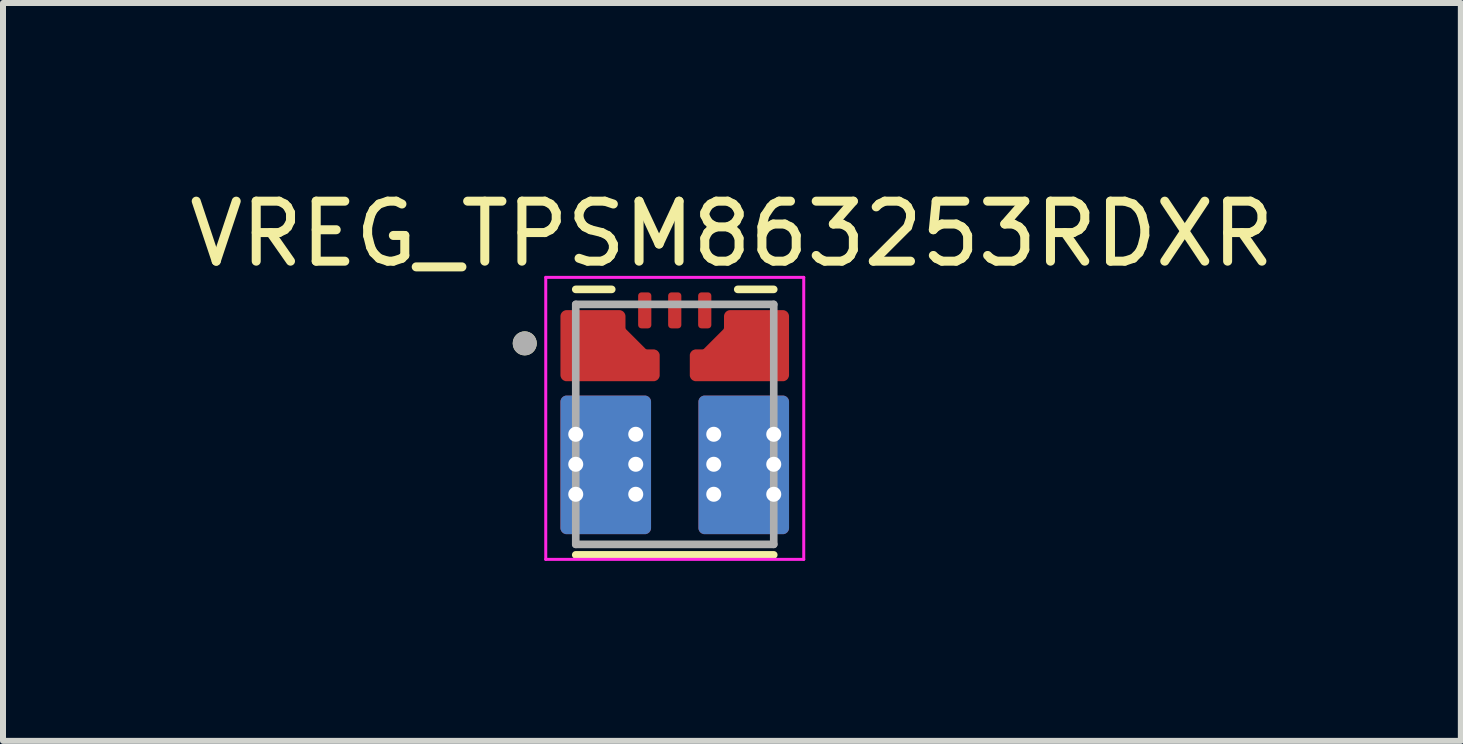
<source format=kicad_pcb>
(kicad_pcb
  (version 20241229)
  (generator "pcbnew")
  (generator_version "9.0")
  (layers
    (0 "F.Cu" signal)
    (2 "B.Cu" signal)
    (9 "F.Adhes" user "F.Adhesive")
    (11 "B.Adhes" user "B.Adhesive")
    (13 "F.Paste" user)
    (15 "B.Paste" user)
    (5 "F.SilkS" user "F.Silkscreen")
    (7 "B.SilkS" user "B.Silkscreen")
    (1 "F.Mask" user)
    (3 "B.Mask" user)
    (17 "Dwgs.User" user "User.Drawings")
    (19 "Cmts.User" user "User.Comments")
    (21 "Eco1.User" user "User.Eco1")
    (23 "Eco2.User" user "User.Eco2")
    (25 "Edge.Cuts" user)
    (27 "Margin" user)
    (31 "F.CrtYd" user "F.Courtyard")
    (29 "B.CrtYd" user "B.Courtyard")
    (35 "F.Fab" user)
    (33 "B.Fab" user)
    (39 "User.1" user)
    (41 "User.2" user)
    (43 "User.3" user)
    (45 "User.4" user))
  (footprint "VREG_TPSM863253RDXR"
    (layer "F.Cu")
    (at 8.196 4.023)
    (property "Reference" "VREG_TPSM863253RDXR" (at 0.953 -3.175 0) (layer "F.SilkS") (effects (font (size 1 1) (thickness 0.15))))
    (attr through_hole)
    (fp_poly (pts (xy -0.66 -1.65) (xy -0.66 -2.15) (xy -0.66 -2.155) (xy -0.659 -2.16) (xy -0.659 -2.166) (xy -0.658 -2.171) (xy -0.657 -2.176) (xy -0.655 -2.181) (xy -0.653 -2.186) (xy -0.651 -2.191) (xy -0.649 -2.195) (xy -0.647 -2.2) (xy -0.644 -2.204) (xy -0.641 -2.209) (xy -0.638 -2.213) (xy -0.634 -2.217) (xy -0.631 -2.221) (xy -0.627 -2.224) (xy -0.623 -2.228) (xy -0.619 -2.231) (xy -0.614 -2.234) (xy -0.61 -2.237) (xy -0.605 -2.239) (xy -0.601 -2.241) (xy -0.596 -2.243) (xy -0.591 -2.245) (xy -0.586 -2.247) (xy -0.581 -2.248) (xy -0.576 -2.249) (xy -0.57 -2.249) (xy -0.565 -2.25) (xy -0.56 -2.25) (xy -0.44 -2.25) (xy -0.435 -2.25) (xy -0.43 -2.249) (xy -0.424 -2.249) (xy -0.419 -2.248) (xy -0.414 -2.247) (xy -0.409 -2.245) (xy -0.404 -2.243) (xy -0.399 -2.241) (xy -0.395 -2.239) (xy -0.39 -2.237) (xy -0.386 -2.234) (xy -0.381 -2.231) (xy -0.377 -2.228) (xy -0.373 -2.224) (xy -0.369 -2.221) (xy -0.366 -2.217) (xy -0.362 -2.213) (xy -0.359 -2.209) (xy -0.356 -2.204) (xy -0.353 -2.2) (xy -0.351 -2.195) (xy -0.349 -2.191) (xy -0.347 -2.186) (xy -0.345 -2.181) (xy -0.343 -2.176) (xy -0.342 -2.171) (xy -0.341 -2.166) (xy -0.341 -2.16) (xy -0.34 -2.155) (xy -0.34 -2.15) (xy -0.34 -1.65) (xy -0.34 -1.645) (xy -0.341 -1.64) (xy -0.341 -1.634) (xy -0.342 -1.629) (xy -0.343 -1.624) (xy -0.345 -1.619) (xy -0.347 -1.614) (xy -0.349 -1.609) (xy -0.351 -1.605) (xy -0.353 -1.6) (xy -0.356 -1.596) (xy -0.359 -1.591) (xy -0.362 -1.587) (xy -0.366 -1.583) (xy -0.369 -1.579) (xy -0.373 -1.576) (xy -0.377 -1.572) (xy -0.381 -1.569) (xy -0.386 -1.566) (xy -0.39 -1.563) (xy -0.395 -1.561) (xy -0.399 -1.559) (xy -0.404 -1.557) (xy -0.409 -1.555) (xy -0.414 -1.553) (xy -0.419 -1.552) (xy -0.424 -1.551) (xy -0.43 -1.551) (xy -0.435 -1.55) (xy -0.44 -1.55) (xy -0.56 -1.55) (xy -0.565 -1.55) (xy -0.57 -1.551) (xy -0.576 -1.551) (xy -0.581 -1.552) (xy -0.586 -1.553) (xy -0.591 -1.555) (xy -0.596 -1.557) (xy -0.601 -1.559) (xy -0.605 -1.561) (xy -0.61 -1.563) (xy -0.614 -1.566) (xy -0.619 -1.569) (xy -0.623 -1.572) (xy -0.627 -1.576) (xy -0.631 -1.579) (xy -0.634 -1.583) (xy -0.638 -1.587) (xy -0.641 -1.591) (xy -0.644 -1.596) (xy -0.647 -1.6) (xy -0.649 -1.605) (xy -0.651 -1.609) (xy -0.653 -1.614) (xy -0.655 -1.619) (xy -0.657 -1.624) (xy -0.658 -1.629) (xy -0.659 -1.634) (xy -0.659 -1.64) (xy -0.66 -1.645) (xy -0.66 -1.65)) (stroke (width 0.01) (type solid)) (fill yes) (layer "F.Mask"))
    (fp_poly (pts (xy -0.16 -2.15) (xy -0.16 -1.65) (xy -0.16 -1.645) (xy -0.159 -1.64) (xy -0.159 -1.634) (xy -0.158 -1.629) (xy -0.157 -1.624) (xy -0.155 -1.619) (xy -0.153 -1.614) (xy -0.151 -1.609) (xy -0.149 -1.605) (xy -0.147 -1.6) (xy -0.144 -1.596) (xy -0.141 -1.591) (xy -0.138 -1.587) (xy -0.134 -1.583) (xy -0.131 -1.579) (xy -0.127 -1.576) (xy -0.123 -1.572) (xy -0.119 -1.569) (xy -0.114 -1.566) (xy -0.11 -1.563) (xy -0.105 -1.561) (xy -0.101 -1.559) (xy -0.096 -1.557) (xy -0.091 -1.555) (xy -0.086 -1.553) (xy -0.081 -1.552) (xy -0.076 -1.551) (xy -0.07 -1.551) (xy -0.065 -1.55) (xy -0.06 -1.55) (xy 0.06 -1.55) (xy 0.065 -1.55) (xy 0.07 -1.551) (xy 0.076 -1.551) (xy 0.081 -1.552) (xy 0.086 -1.553) (xy 0.091 -1.555) (xy 0.096 -1.557) (xy 0.101 -1.559) (xy 0.105 -1.561) (xy 0.11 -1.563) (xy 0.114 -1.566) (xy 0.119 -1.569) (xy 0.123 -1.572) (xy 0.127 -1.576) (xy 0.131 -1.579) (xy 0.134 -1.583) (xy 0.138 -1.587) (xy 0.141 -1.591) (xy 0.144 -1.596) (xy 0.147 -1.6) (xy 0.149 -1.605) (xy 0.151 -1.609) (xy 0.153 -1.614) (xy 0.155 -1.619) (xy 0.157 -1.624) (xy 0.158 -1.629) (xy 0.159 -1.634) (xy 0.159 -1.64) (xy 0.16 -1.645) (xy 0.16 -1.65) (xy 0.16 -2.15) (xy 0.16 -2.155) (xy 0.159 -2.16) (xy 0.159 -2.166) (xy 0.158 -2.171) (xy 0.157 -2.176) (xy 0.155 -2.181) (xy 0.153 -2.186) (xy 0.151 -2.191) (xy 0.149 -2.195) (xy 0.147 -2.2) (xy 0.144 -2.204) (xy 0.141 -2.209) (xy 0.138 -2.213) (xy 0.134 -2.217) (xy 0.131 -2.221) (xy 0.127 -2.224) (xy 0.123 -2.228) (xy 0.119 -2.231) (xy 0.114 -2.234) (xy 0.11 -2.237) (xy 0.105 -2.239) (xy 0.101 -2.241) (xy 0.096 -2.243) (xy 0.091 -2.245) (xy 0.086 -2.247) (xy 0.081 -2.248) (xy 0.076 -2.249) (xy 0.07 -2.249) (xy 0.065 -2.25) (xy 0.06 -2.25) (xy -0.06 -2.25) (xy -0.065 -2.25) (xy -0.07 -2.249) (xy -0.076 -2.249) (xy -0.081 -2.248) (xy -0.086 -2.247) (xy -0.091 -2.245) (xy -0.096 -2.243) (xy -0.101 -2.241) (xy -0.105 -2.239) (xy -0.11 -2.237) (xy -0.114 -2.234) (xy -0.119 -2.231) (xy -0.123 -2.228) (xy -0.127 -2.224) (xy -0.131 -2.221) (xy -0.134 -2.217) (xy -0.138 -2.213) (xy -0.141 -2.209) (xy -0.144 -2.204) (xy -0.147 -2.2) (xy -0.149 -2.195) (xy -0.151 -2.191) (xy -0.153 -2.186) (xy -0.155 -2.181) (xy -0.157 -2.176) (xy -0.158 -2.171) (xy -0.159 -2.166) (xy -0.159 -2.16) (xy -0.16 -2.155) (xy -0.16 -2.15)) (stroke (width 0.01) (type solid)) (fill yes) (layer "F.Mask"))
    (fp_poly (pts (xy 0.34 -1.65) (xy 0.34 -2.15) (xy 0.34 -2.155) (xy 0.341 -2.16) (xy 0.341 -2.166) (xy 0.342 -2.171) (xy 0.343 -2.176) (xy 0.345 -2.181) (xy 0.347 -2.186) (xy 0.349 -2.191) (xy 0.351 -2.195) (xy 0.353 -2.2) (xy 0.356 -2.204) (xy 0.359 -2.209) (xy 0.362 -2.213) (xy 0.366 -2.217) (xy 0.369 -2.221) (xy 0.373 -2.224) (xy 0.377 -2.228) (xy 0.381 -2.231) (xy 0.386 -2.234) (xy 0.39 -2.237) (xy 0.395 -2.239) (xy 0.399 -2.241) (xy 0.404 -2.243) (xy 0.409 -2.245) (xy 0.414 -2.247) (xy 0.419 -2.248) (xy 0.424 -2.249) (xy 0.43 -2.249) (xy 0.435 -2.25) (xy 0.44 -2.25) (xy 0.56 -2.25) (xy 0.565 -2.25) (xy 0.57 -2.249) (xy 0.576 -2.249) (xy 0.581 -2.248) (xy 0.586 -2.247) (xy 0.591 -2.245) (xy 0.596 -2.243) (xy 0.601 -2.241) (xy 0.605 -2.239) (xy 0.61 -2.237) (xy 0.614 -2.234) (xy 0.619 -2.231) (xy 0.623 -2.228) (xy 0.627 -2.224) (xy 0.631 -2.221) (xy 0.634 -2.217) (xy 0.638 -2.213) (xy 0.641 -2.209) (xy 0.644 -2.204) (xy 0.647 -2.2) (xy 0.649 -2.195) (xy 0.651 -2.191) (xy 0.653 -2.186) (xy 0.655 -2.181) (xy 0.657 -2.176) (xy 0.658 -2.171) (xy 0.659 -2.166) (xy 0.659 -2.16) (xy 0.66 -2.155) (xy 0.66 -2.15) (xy 0.66 -1.65) (xy 0.66 -1.645) (xy 0.659 -1.64) (xy 0.659 -1.634) (xy 0.658 -1.629) (xy 0.657 -1.624) (xy 0.655 -1.619) (xy 0.653 -1.614) (xy 0.651 -1.609) (xy 0.649 -1.605) (xy 0.647 -1.6) (xy 0.644 -1.596) (xy 0.641 -1.591) (xy 0.638 -1.587) (xy 0.634 -1.583) (xy 0.631 -1.579) (xy 0.627 -1.576) (xy 0.623 -1.572) (xy 0.619 -1.569) (xy 0.614 -1.566) (xy 0.61 -1.563) (xy 0.605 -1.561) (xy 0.601 -1.559) (xy 0.596 -1.557) (xy 0.591 -1.555) (xy 0.586 -1.553) (xy 0.581 -1.552) (xy 0.576 -1.551) (xy 0.57 -1.551) (xy 0.565 -1.55) (xy 0.56 -1.55) (xy 0.44 -1.55) (xy 0.435 -1.55) (xy 0.43 -1.551) (xy 0.424 -1.551) (xy 0.419 -1.552) (xy 0.414 -1.553) (xy 0.409 -1.555) (xy 0.404 -1.557) (xy 0.399 -1.559) (xy 0.395 -1.561) (xy 0.39 -1.563) (xy 0.386 -1.566) (xy 0.381 -1.569) (xy 0.377 -1.572) (xy 0.373 -1.576) (xy 0.369 -1.579) (xy 0.366 -1.583) (xy 0.362 -1.587) (xy 0.359 -1.591) (xy 0.356 -1.596) (xy 0.353 -1.6) (xy 0.351 -1.605) (xy 0.349 -1.609) (xy 0.347 -1.614) (xy 0.345 -1.619) (xy 0.343 -1.624) (xy 0.342 -1.629) (xy 0.341 -1.634) (xy 0.341 -1.64) (xy 0.34 -1.645) (xy 0.34 -1.65)) (stroke (width 0.01) (type solid)) (fill yes) (layer "F.Mask"))
    (fp_poly (pts (xy -0.305 -0.825) (xy -0.305 -1.145) (xy -0.305 -1.148) (xy -0.305 -1.15) (xy -0.306 -1.153) (xy -0.306 -1.155) (xy -0.307 -1.158) (xy -0.307 -1.16) (xy -0.308 -1.163) (xy -0.309 -1.165) (xy -0.31 -1.168) (xy -0.312 -1.17) (xy -0.313 -1.172) (xy -0.315 -1.174) (xy -0.316 -1.176) (xy -0.318 -1.178) (xy -0.32 -1.18) (xy -0.322 -1.182) (xy -0.324 -1.184) (xy -0.326 -1.185) (xy -0.328 -1.187) (xy -0.33 -1.188) (xy -0.332 -1.19) (xy -0.335 -1.191) (xy -0.337 -1.192) (xy -0.34 -1.193) (xy -0.342 -1.193) (xy -0.345 -1.194) (xy -0.347 -1.194) (xy -0.35 -1.195) (xy -0.352 -1.195) (xy -0.355 -1.195) (xy -0.477 -1.195) (xy -0.479 -1.195) (xy -0.48 -1.195) (xy -0.481 -1.195) (xy -0.483 -1.195) (xy -0.484 -1.195) (xy -0.485 -1.196) (xy -0.486 -1.196) (xy -0.488 -1.196) (xy -0.489 -1.196) (xy -0.49 -1.197) (xy -0.491 -1.197) (xy -0.493 -1.197) (xy -0.494 -1.198) (xy -0.495 -1.198) (xy -0.496 -1.199) (xy -0.498 -1.199) (xy -0.499 -1.2) (xy -0.5 -1.2) (xy -0.501 -1.201) (xy -0.502 -1.202) (xy -0.503 -1.202) (xy -0.505 -1.203) (xy -0.506 -1.204) (xy -0.507 -1.205) (xy -0.508 -1.205) (xy -0.509 -1.206) (xy -0.51 -1.207) (xy -0.511 -1.208) (xy -0.512 -1.209) (xy -0.513 -1.21) (xy -0.86 -1.557) (xy -0.861 -1.558) (xy -0.862 -1.559) (xy -0.863 -1.56) (xy -0.864 -1.561) (xy -0.865 -1.562) (xy -0.865 -1.563) (xy -0.866 -1.564) (xy -0.867 -1.565) (xy -0.868 -1.567) (xy -0.868 -1.568) (xy -0.869 -1.569) (xy -0.87 -1.57) (xy -0.87 -1.571) (xy -0.871 -1.572) (xy -0.871 -1.574) (xy -0.872 -1.575) (xy -0.872 -1.576) (xy -0.873 -1.577) (xy -0.873 -1.579) (xy -0.873 -1.58) (xy -0.874 -1.581) (xy -0.874 -1.582) (xy -0.874 -1.584) (xy -0.874 -1.585) (xy -0.875 -1.586) (xy -0.875 -1.587) (xy -0.875 -1.589) (xy -0.875 -1.59) (xy -0.875 -1.591) (xy -0.875 -1.593) (xy -0.875 -1.8) (xy -0.875 -1.803) (xy -0.875 -1.805) (xy -0.876 -1.808) (xy -0.876 -1.81) (xy -0.877 -1.813) (xy -0.877 -1.815) (xy -0.878 -1.818) (xy -0.879 -1.82) (xy -0.88 -1.823) (xy -0.882 -1.825) (xy -0.883 -1.827) (xy -0.885 -1.829) (xy -0.886 -1.831) (xy -0.888 -1.833) (xy -0.89 -1.835) (xy -0.892 -1.837) (xy -0.894 -1.839) (xy -0.896 -1.84) (xy -0.898 -1.842) (xy -0.9 -1.843) (xy -0.902 -1.845) (xy -0.905 -1.846) (xy -0.907 -1.847) (xy -0.91 -1.848) (xy -0.912 -1.848) (xy -0.915 -1.849) (xy -0.917 -1.849) (xy -0.92 -1.85) (xy -0.922 -1.85) (xy -0.925 -1.85) (xy -1.4 -1.85) (xy -1.403 -1.85) (xy -1.405 -1.85) (xy -1.408 -1.849) (xy -1.41 -1.849) (xy -1.413 -1.848) (xy -1.415 -1.848) (xy -1.418 -1.847) (xy -1.42 -1.846) (xy -1.423 -1.845) (xy -1.425 -1.843) (xy -1.427 -1.842) (xy -1.429 -1.84) (xy -1.431 -1.839) (xy -1.433 -1.837) (xy -1.435 -1.835) (xy -1.437 -1.833) (xy -1.439 -1.831) (xy -1.44 -1.829) (xy -1.442 -1.827) (xy -1.443 -1.825) (xy -1.445 -1.823) (xy -1.446 -1.82) (xy -1.447 -1.818) (xy -1.448 -1.815) (xy -1.448 -1.813) (xy -1.449 -1.81) (xy -1.449 -1.808) (xy -1.45 -1.805) (xy -1.45 -1.803) (xy -1.45 -1.8) (xy -1.45 -1.675) (xy -1.45 -1.672) (xy -1.45 -1.67) (xy -1.451 -1.667) (xy -1.451 -1.665) (xy -1.452 -1.662) (xy -1.452 -1.66) (xy -1.453 -1.657) (xy -1.454 -1.655) (xy -1.455 -1.652) (xy -1.457 -1.65) (xy -1.458 -1.648) (xy -1.46 -1.646) (xy -1.461 -1.644) (xy -1.463 -1.642) (xy -1.465 -1.64) (xy -1.467 -1.638) (xy -1.469 -1.636) (xy -1.471 -1.635) (xy -1.473 -1.633) (xy -1.475 -1.632) (xy -1.477 -1.63) (xy -1.48 -1.629) (xy -1.482 -1.628) (xy -1.485 -1.627) (xy -1.487 -1.627) (xy -1.49 -1.626) (xy -1.492 -1.626) (xy -1.495 -1.625) (xy -1.497 -1.625) (xy -1.5 -1.625) (xy -1.8 -1.625) (xy -1.803 -1.625) (xy -1.805 -1.625) (xy -1.808 -1.624) (xy -1.81 -1.624) (xy -1.813 -1.623) (xy -1.815 -1.623) (xy -1.818 -1.622) (xy -1.82 -1.621) (xy -1.823 -1.62) (xy -1.825 -1.618) (xy -1.827 -1.617) (xy -1.829 -1.615) (xy -1.831 -1.614) (xy -1.833 -1.612) (xy -1.835 -1.61) (xy -1.837 -1.608) (xy -1.839 -1.606) (xy -1.84 -1.604) (xy -1.842 -1.602) (xy -1.843 -1.6) (xy -1.845 -1.598) (xy -1.846 -1.595) (xy -1.847 -1.593) (xy -1.848 -1.59) (xy -1.848 -1.588) (xy -1.849 -1.585) (xy -1.849 -1.583) (xy -1.85 -1.58) (xy -1.85 -1.578) (xy -1.85 -1.575) (xy -1.85 -1.425) (xy -1.85 -1.422) (xy -1.85 -1.42) (xy -1.849 -1.417) (xy -1.849 -1.415) (xy -1.848 -1.412) (xy -1.848 -1.41) (xy -1.847 -1.407) (xy -1.846 -1.405) (xy -1.845 -1.402) (xy -1.843 -1.4) (xy -1.842 -1.398) (xy -1.84 -1.396) (xy -1.839 -1.394) (xy -1.837 -1.392) (xy -1.835 -1.39) (xy -1.833 -1.388) (xy -1.831 -1.386) (xy -1.829 -1.385) (xy -1.827 -1.383) (xy -1.825 -1.382) (xy -1.823 -1.38) (xy -1.82 -1.379) (xy -1.818 -1.378) (xy -1.815 -1.377) (xy -1.813 -1.377) (xy -1.81 -1.376) (xy -1.808 -1.376) (xy -1.805 -1.375) (xy -1.803 -1.375) (xy -1.8 -1.375) (xy -1.5 -1.375) (xy -1.497 -1.375) (xy -1.495 -1.375) (xy -1.492 -1.374) (xy -1.49 -1.374) (xy -1.487 -1.373) (xy -1.485 -1.373) (xy -1.482 -1.372) (xy -1.48 -1.371) (xy -1.477 -1.37) (xy -1.475 -1.368) (xy -1.473 -1.367) (xy -1.471 -1.365) (xy -1.469 -1.364) (xy -1.467 -1.362) (xy -1.465 -1.36) (xy -1.463 -1.358) (xy -1.461 -1.356) (xy -1.46 -1.354) (xy -1.458 -1.352) (xy -1.457 -1.35) (xy -1.455 -1.348) (xy -1.454 -1.345) (xy -1.453 -1.343) (xy -1.452 -1.34) (xy -1.452 -1.338) (xy -1.451 -1.335) (xy -1.451 -1.333) (xy -1.45 -1.33) (xy -1.45 -1.328) (xy -1.45 -1.325) (xy -1.45 -1.175) (xy -1.45 -1.172) (xy -1.45 -1.17) (xy -1.451 -1.167) (xy -1.451 -1.165) (xy -1.452 -1.162) (xy -1.452 -1.16) (xy -1.453 -1.157) (xy -1.454 -1.155) (xy -1.455 -1.152) (xy -1.457 -1.15) (xy -1.458 -1.148) (xy -1.46 -1.146) (xy -1.461 -1.144) (xy -1.463 -1.142) (xy -1.465 -1.14) (xy -1.467 -1.138) (xy -1.469 -1.136) (xy -1.471 -1.135) (xy -1.473 -1.133) (xy -1.475 -1.132) (xy -1.477 -1.13) (xy -1.48 -1.129) (xy -1.482 -1.128) (xy -1.485 -1.127) (xy -1.487 -1.127) (xy -1.49 -1.126) (xy -1.492 -1.126) (xy -1.495 -1.125) (xy -1.497 -1.125) (xy -1.5 -1.125) (xy -1.8 -1.125) (xy -1.803 -1.125) (xy -1.805 -1.125) (xy -1.808 -1.124) (xy -1.81 -1.124) (xy -1.813 -1.123) (xy -1.815 -1.123) (xy -1.818 -1.122) (xy -1.82 -1.121) (xy -1.823 -1.12) (xy -1.825 -1.118) (xy -1.827 -1.117) (xy -1.829 -1.115) (xy -1.831 -1.114) (xy -1.833 -1.112) (xy -1.835 -1.11) (xy -1.837 -1.108) (xy -1.839 -1.106) (xy -1.84 -1.104) (xy -1.842 -1.102) (xy -1.843 -1.1) (xy -1.845 -1.098) (xy -1.846 -1.095) (xy -1.847 -1.093) (xy -1.848 -1.09) (xy -1.848 -1.088) (xy -1.849 -1.085) (xy -1.849 -1.083) (xy -1.85 -1.08) (xy -1.85 -1.078) (xy -1.85 -1.075) (xy -1.85 -0.925) (xy -1.85 -0.922) (xy -1.85 -0.92) (xy -1.849 -0.917) (xy -1.849 -0.915) (xy -1.848 -0.912) (xy -1.848 -0.91) (xy -1.847 -0.907) (xy -1.846 -0.905) (xy -1.845 -0.902) (xy -1.843 -0.9) (xy -1.842 -0.898) (xy -1.84 -0.896) (xy -1.839 -0.894) (xy -1.837 -0.892) (xy -1.835 -0.89) (xy -1.833 -0.888) (xy -1.831 -0.886) (xy -1.829 -0.885) (xy -1.827 -0.883) (xy -1.825 -0.882) (xy -1.823 -0.88) (xy -1.82 -0.879) (xy -1.818 -0.878) (xy -1.815 -0.877) (xy -1.813 -0.877) (xy -1.81 -0.876) (xy -1.808 -0.876) (xy -1.805 -0.875) (xy -1.803 -0.875) (xy -1.8 -0.875) (xy -1.5 -0.875) (xy -1.497 -0.875) (xy -1.495 -0.875) (xy -1.492 -0.874) (xy -1.49 -0.874) (xy -1.487 -0.873) (xy -1.485 -0.873) (xy -1.482 -0.872) (xy -1.48 -0.871) (xy -1.477 -0.87) (xy -1.475 -0.868) (xy -1.473 -0.867) (xy -1.471 -0.865) (xy -1.469 -0.864) (xy -1.467 -0.862) (xy -1.465 -0.86) (xy -1.463 -0.858) (xy -1.461 -0.856) (xy -1.46 -0.854) (xy -1.458 -0.852) (xy -1.457 -0.85) (xy -1.455 -0.848) (xy -1.454 -0.845) (xy -1.453 -0.843) (xy -1.452 -0.84) (xy -1.452 -0.838) (xy -1.451 -0.835) (xy -1.451 -0.833) (xy -1.45 -0.83) (xy -1.45 -0.828) (xy -1.45 -0.825) (xy -1.45 -0.822) (xy -1.45 -0.82) (xy -1.449 -0.817) (xy -1.449 -0.815) (xy -1.448 -0.812) (xy -1.448 -0.81) (xy -1.447 -0.807) (xy -1.446 -0.805) (xy -1.445 -0.802) (xy -1.443 -0.8) (xy -1.442 -0.798) (xy -1.44 -0.796) (xy -1.439 -0.794) (xy -1.437 -0.792) (xy -1.435 -0.79) (xy -1.433 -0.788) (xy -1.431 -0.786) (xy -1.429 -0.785) (xy -1.427 -0.783) (xy -1.425 -0.782) (xy -1.423 -0.78) (xy -1.42 -0.779) (xy -1.418 -0.778) (xy -1.415 -0.777) (xy -1.413 -0.777) (xy -1.41 -0.776) (xy -1.408 -0.776) (xy -1.405 -0.775) (xy -1.403 -0.775) (xy -1.4 -0.775) (xy -0.355 -0.775) (xy -0.352 -0.775) (xy -0.35 -0.775) (xy -0.347 -0.776) (xy -0.345 -0.776) (xy -0.342 -0.777) (xy -0.34 -0.777) (xy -0.337 -0.778) (xy -0.335 -0.779) (xy -0.332 -0.78) (xy -0.33 -0.782) (xy -0.328 -0.783) (xy -0.326 -0.785) (xy -0.324 -0.786) (xy -0.322 -0.788) (xy -0.32 -0.79) (xy -0.318 -0.792) (xy -0.316 -0.794) (xy -0.315 -0.796) (xy -0.313 -0.798) (xy -0.312 -0.8) (xy -0.31 -0.802) (xy -0.309 -0.805) (xy -0.308 -0.807) (xy -0.307 -0.81) (xy -0.307 -0.812) (xy -0.306 -0.815) (xy -0.306 -0.817) (xy -0.305 -0.82) (xy -0.305 -0.822) (xy -0.305 -0.825)) (stroke (width 0.01) (type solid)) (fill yes) (layer "F.Mask"))
    (fp_poly (pts (xy 0.305 -0.825) (xy 0.305 -1.145) (xy 0.305 -1.148) (xy 0.305 -1.15) (xy 0.306 -1.153) (xy 0.306 -1.155) (xy 0.307 -1.158) (xy 0.307 -1.16) (xy 0.308 -1.163) (xy 0.309 -1.165) (xy 0.31 -1.168) (xy 0.312 -1.17) (xy 0.313 -1.172) (xy 0.315 -1.174) (xy 0.316 -1.176) (xy 0.318 -1.178) (xy 0.32 -1.18) (xy 0.322 -1.182) (xy 0.324 -1.184) (xy 0.326 -1.185) (xy 0.328 -1.187) (xy 0.33 -1.188) (xy 0.332 -1.19) (xy 0.335 -1.191) (xy 0.337 -1.192) (xy 0.34 -1.193) (xy 0.342 -1.193) (xy 0.345 -1.194) (xy 0.347 -1.194) (xy 0.35 -1.195) (xy 0.352 -1.195) (xy 0.355 -1.195) (xy 0.477 -1.195) (xy 0.479 -1.195) (xy 0.48 -1.195) (xy 0.481 -1.195) (xy 0.483 -1.195) (xy 0.484 -1.195) (xy 0.485 -1.196) (xy 0.486 -1.196) (xy 0.488 -1.196) (xy 0.489 -1.196) (xy 0.49 -1.197) (xy 0.491 -1.197) (xy 0.493 -1.197) (xy 0.494 -1.198) (xy 0.495 -1.198) (xy 0.496 -1.199) (xy 0.498 -1.199) (xy 0.499 -1.2) (xy 0.5 -1.2) (xy 0.501 -1.201) (xy 0.502 -1.202) (xy 0.503 -1.202) (xy 0.505 -1.203) (xy 0.506 -1.204) (xy 0.507 -1.205) (xy 0.508 -1.205) (xy 0.509 -1.206) (xy 0.51 -1.207) (xy 0.511 -1.208) (xy 0.512 -1.209) (xy 0.513 -1.21) (xy 0.86 -1.557) (xy 0.861 -1.558) (xy 0.862 -1.559) (xy 0.863 -1.56) (xy 0.864 -1.561) (xy 0.865 -1.562) (xy 0.865 -1.563) (xy 0.866 -1.564) (xy 0.867 -1.565) (xy 0.868 -1.567) (xy 0.868 -1.568) (xy 0.869 -1.569) (xy 0.87 -1.57) (xy 0.87 -1.571) (xy 0.871 -1.572) (xy 0.871 -1.574) (xy 0.872 -1.575) (xy 0.872 -1.576) (xy 0.873 -1.577) (xy 0.873 -1.579) (xy 0.873 -1.58) (xy 0.874 -1.581) (xy 0.874 -1.582) (xy 0.874 -1.584) (xy 0.874 -1.585) (xy 0.875 -1.586) (xy 0.875 -1.587) (xy 0.875 -1.589) (xy 0.875 -1.59) (xy 0.875 -1.591) (xy 0.875 -1.593) (xy 0.875 -1.8) (xy 0.875 -1.803) (xy 0.875 -1.805) (xy 0.876 -1.808) (xy 0.876 -1.81) (xy 0.877 -1.813) (xy 0.877 -1.815) (xy 0.878 -1.818) (xy 0.879 -1.82) (xy 0.88 -1.823) (xy 0.882 -1.825) (xy 0.883 -1.827) (xy 0.885 -1.829) (xy 0.886 -1.831) (xy 0.888 -1.833) (xy 0.89 -1.835) (xy 0.892 -1.837) (xy 0.894 -1.839) (xy 0.896 -1.84) (xy 0.898 -1.842) (xy 0.9 -1.843) (xy 0.902 -1.845) (xy 0.905 -1.846) (xy 0.907 -1.847) (xy 0.91 -1.848) (xy 0.912 -1.848) (xy 0.915 -1.849) (xy 0.917 -1.849) (xy 0.92 -1.85) (xy 0.922 -1.85) (xy 0.925 -1.85) (xy 1.4 -1.85) (xy 1.403 -1.85) (xy 1.405 -1.85) (xy 1.408 -1.849) (xy 1.41 -1.849) (xy 1.413 -1.848) (xy 1.415 -1.848) (xy 1.418 -1.847) (xy 1.42 -1.846) (xy 1.423 -1.845) (xy 1.425 -1.843) (xy 1.427 -1.842) (xy 1.429 -1.84) (xy 1.431 -1.839) (xy 1.433 -1.837) (xy 1.435 -1.835) (xy 1.437 -1.833) (xy 1.439 -1.831) (xy 1.44 -1.829) (xy 1.442 -1.827) (xy 1.443 -1.825) (xy 1.445 -1.823) (xy 1.446 -1.82) (xy 1.447 -1.818) (xy 1.448 -1.815) (xy 1.448 -1.813) (xy 1.449 -1.81) (xy 1.449 -1.808) (xy 1.45 -1.805) (xy 1.45 -1.803) (xy 1.45 -1.8) (xy 1.45 -1.675) (xy 1.45 -1.672) (xy 1.45 -1.67) (xy 1.451 -1.667) (xy 1.451 -1.665) (xy 1.452 -1.662) (xy 1.452 -1.66) (xy 1.453 -1.657) (xy 1.454 -1.655) (xy 1.455 -1.652) (xy 1.457 -1.65) (xy 1.458 -1.648) (xy 1.46 -1.646) (xy 1.461 -1.644) (xy 1.463 -1.642) (xy 1.465 -1.64) (xy 1.467 -1.638) (xy 1.469 -1.636) (xy 1.471 -1.635) (xy 1.473 -1.633) (xy 1.475 -1.632) (xy 1.477 -1.63) (xy 1.48 -1.629) (xy 1.482 -1.628) (xy 1.485 -1.627) (xy 1.487 -1.627) (xy 1.49 -1.626) (xy 1.492 -1.626) (xy 1.495 -1.625) (xy 1.497 -1.625) (xy 1.5 -1.625) (xy 1.8 -1.625) (xy 1.803 -1.625) (xy 1.805 -1.625) (xy 1.808 -1.624) (xy 1.81 -1.624) (xy 1.813 -1.623) (xy 1.815 -1.623) (xy 1.818 -1.622) (xy 1.82 -1.621) (xy 1.823 -1.62) (xy 1.825 -1.618) (xy 1.827 -1.617) (xy 1.829 -1.615) (xy 1.831 -1.614) (xy 1.833 -1.612) (xy 1.835 -1.61) (xy 1.837 -1.608) (xy 1.839 -1.606) (xy 1.84 -1.604) (xy 1.842 -1.602) (xy 1.843 -1.6) (xy 1.845 -1.598) (xy 1.846 -1.595) (xy 1.847 -1.593) (xy 1.848 -1.59) (xy 1.848 -1.588) (xy 1.849 -1.585) (xy 1.849 -1.583) (xy 1.85 -1.58) (xy 1.85 -1.578) (xy 1.85 -1.575) (xy 1.85 -1.425) (xy 1.85 -1.422) (xy 1.85 -1.42) (xy 1.849 -1.417) (xy 1.849 -1.415) (xy 1.848 -1.412) (xy 1.848 -1.41) (xy 1.847 -1.407) (xy 1.846 -1.405) (xy 1.845 -1.402) (xy 1.843 -1.4) (xy 1.842 -1.398) (xy 1.84 -1.396) (xy 1.839 -1.394) (xy 1.837 -1.392) (xy 1.835 -1.39) (xy 1.833 -1.388) (xy 1.831 -1.386) (xy 1.829 -1.385) (xy 1.827 -1.383) (xy 1.825 -1.382) (xy 1.823 -1.38) (xy 1.82 -1.379) (xy 1.818 -1.378) (xy 1.815 -1.377) (xy 1.813 -1.377) (xy 1.81 -1.376) (xy 1.808 -1.376) (xy 1.805 -1.375) (xy 1.803 -1.375) (xy 1.8 -1.375) (xy 1.5 -1.375) (xy 1.497 -1.375) (xy 1.495 -1.375) (xy 1.492 -1.374) (xy 1.49 -1.374) (xy 1.487 -1.373) (xy 1.485 -1.373) (xy 1.482 -1.372) (xy 1.48 -1.371) (xy 1.477 -1.37) (xy 1.475 -1.368) (xy 1.473 -1.367) (xy 1.471 -1.365) (xy 1.469 -1.364) (xy 1.467 -1.362) (xy 1.465 -1.36) (xy 1.463 -1.358) (xy 1.461 -1.356) (xy 1.46 -1.354) (xy 1.458 -1.352) (xy 1.457 -1.35) (xy 1.455 -1.348) (xy 1.454 -1.345) (xy 1.453 -1.343) (xy 1.452 -1.34) (xy 1.452 -1.338) (xy 1.451 -1.335) (xy 1.451 -1.333) (xy 1.45 -1.33) (xy 1.45 -1.328) (xy 1.45 -1.325) (xy 1.45 -1.175) (xy 1.45 -1.172) (xy 1.45 -1.17) (xy 1.451 -1.167) (xy 1.451 -1.165) (xy 1.452 -1.162) (xy 1.452 -1.16) (xy 1.453 -1.157) (xy 1.454 -1.155) (xy 1.455 -1.152) (xy 1.457 -1.15) (xy 1.458 -1.148) (xy 1.46 -1.146) (xy 1.461 -1.144) (xy 1.463 -1.142) (xy 1.465 -1.14) (xy 1.467 -1.138) (xy 1.469 -1.136) (xy 1.471 -1.135) (xy 1.473 -1.133) (xy 1.475 -1.132) (xy 1.477 -1.13) (xy 1.48 -1.129) (xy 1.482 -1.128) (xy 1.485 -1.127) (xy 1.487 -1.127) (xy 1.49 -1.126) (xy 1.492 -1.126) (xy 1.495 -1.125) (xy 1.497 -1.125) (xy 1.5 -1.125) (xy 1.8 -1.125) (xy 1.803 -1.125) (xy 1.805 -1.125) (xy 1.808 -1.124) (xy 1.81 -1.124) (xy 1.813 -1.123) (xy 1.815 -1.123) (xy 1.818 -1.122) (xy 1.82 -1.121) (xy 1.823 -1.12) (xy 1.825 -1.118) (xy 1.827 -1.117) (xy 1.829 -1.115) (xy 1.831 -1.114) (xy 1.833 -1.112) (xy 1.835 -1.11) (xy 1.837 -1.108) (xy 1.839 -1.106) (xy 1.84 -1.104) (xy 1.842 -1.102) (xy 1.843 -1.1) (xy 1.845 -1.098) (xy 1.846 -1.095) (xy 1.847 -1.093) (xy 1.848 -1.09) (xy 1.848 -1.088) (xy 1.849 -1.085) (xy 1.849 -1.083) (xy 1.85 -1.08) (xy 1.85 -1.078) (xy 1.85 -1.075) (xy 1.85 -0.925) (xy 1.85 -0.922) (xy 1.85 -0.92) (xy 1.849 -0.917) (xy 1.849 -0.915) (xy 1.848 -0.912) (xy 1.848 -0.91) (xy 1.847 -0.907) (xy 1.846 -0.905) (xy 1.845 -0.902) (xy 1.843 -0.9) (xy 1.842 -0.898) (xy 1.84 -0.896) (xy 1.839 -0.894) (xy 1.837 -0.892) (xy 1.835 -0.89) (xy 1.833 -0.888) (xy 1.831 -0.886) (xy 1.829 -0.885) (xy 1.827 -0.883) (xy 1.825 -0.882) (xy 1.823 -0.88) (xy 1.82 -0.879) (xy 1.818 -0.878) (xy 1.815 -0.877) (xy 1.813 -0.877) (xy 1.81 -0.876) (xy 1.808 -0.876) (xy 1.805 -0.875) (xy 1.803 -0.875) (xy 1.8 -0.875) (xy 1.5 -0.875) (xy 1.497 -0.875) (xy 1.495 -0.875) (xy 1.492 -0.874) (xy 1.49 -0.874) (xy 1.487 -0.873) (xy 1.485 -0.873) (xy 1.482 -0.872) (xy 1.48 -0.871) (xy 1.477 -0.87) (xy 1.475 -0.868) (xy 1.473 -0.867) (xy 1.471 -0.865) (xy 1.469 -0.864) (xy 1.467 -0.862) (xy 1.465 -0.86) (xy 1.463 -0.858) (xy 1.461 -0.856) (xy 1.46 -0.854) (xy 1.458 -0.852) (xy 1.457 -0.85) (xy 1.455 -0.848) (xy 1.454 -0.845) (xy 1.453 -0.843) (xy 1.452 -0.84) (xy 1.452 -0.838) (xy 1.451 -0.835) (xy 1.451 -0.833) (xy 1.45 -0.83) (xy 1.45 -0.828) (xy 1.45 -0.825) (xy 1.45 -0.822) (xy 1.45 -0.82) (xy 1.449 -0.817) (xy 1.449 -0.815) (xy 1.448 -0.812) (xy 1.448 -0.81) (xy 1.447 -0.807) (xy 1.446 -0.805) (xy 1.445 -0.802) (xy 1.443 -0.8) (xy 1.442 -0.798) (xy 1.44 -0.796) (xy 1.439 -0.794) (xy 1.437 -0.792) (xy 1.435 -0.79) (xy 1.433 -0.788) (xy 1.431 -0.786) (xy 1.429 -0.785) (xy 1.427 -0.783) (xy 1.425 -0.782) (xy 1.423 -0.78) (xy 1.42 -0.779) (xy 1.418 -0.778) (xy 1.415 -0.777) (xy 1.413 -0.777) (xy 1.41 -0.776) (xy 1.408 -0.776) (xy 1.405 -0.775) (xy 1.403 -0.775) (xy 1.4 -0.775) (xy 0.355 -0.775) (xy 0.352 -0.775) (xy 0.35 -0.775) (xy 0.347 -0.776) (xy 0.345 -0.776) (xy 0.342 -0.777) (xy 0.34 -0.777) (xy 0.337 -0.778) (xy 0.335 -0.779) (xy 0.332 -0.78) (xy 0.33 -0.782) (xy 0.328 -0.783) (xy 0.326 -0.785) (xy 0.324 -0.786) (xy 0.322 -0.788) (xy 0.32 -0.79) (xy 0.318 -0.792) (xy 0.316 -0.794) (xy 0.315 -0.796) (xy 0.313 -0.798) (xy 0.312 -0.8) (xy 0.31 -0.802) (xy 0.309 -0.805) (xy 0.308 -0.807) (xy 0.307 -0.81) (xy 0.307 -0.812) (xy 0.306 -0.815) (xy 0.306 -0.817) (xy 0.305 -0.82) (xy 0.305 -0.822) (xy 0.305 -0.825)) (stroke (width 0.01) (type solid)) (fill yes) (layer "F.Mask"))
    (fp_poly (pts (xy -1.85 1.34) (xy -1.85 1.49) (xy -1.85 1.493) (xy -1.85 1.495) (xy -1.849 1.498) (xy -1.849 1.5) (xy -1.848 1.503) (xy -1.848 1.505) (xy -1.847 1.508) (xy -1.846 1.51) (xy -1.845 1.513) (xy -1.843 1.515) (xy -1.842 1.517) (xy -1.84 1.519) (xy -1.839 1.521) (xy -1.837 1.523) (xy -1.835 1.525) (xy -1.833 1.527) (xy -1.831 1.529) (xy -1.829 1.53) (xy -1.827 1.532) (xy -1.825 1.533) (xy -1.823 1.535) (xy -1.82 1.536) (xy -1.818 1.537) (xy -1.815 1.538) (xy -1.813 1.538) (xy -1.81 1.539) (xy -1.808 1.539) (xy -1.805 1.54) (xy -1.803 1.54) (xy -1.8 1.54) (xy -1.5 1.54) (xy -1.497 1.54) (xy -1.495 1.54) (xy -1.492 1.541) (xy -1.49 1.541) (xy -1.487 1.542) (xy -1.485 1.542) (xy -1.482 1.543) (xy -1.48 1.544) (xy -1.477 1.545) (xy -1.475 1.547) (xy -1.473 1.548) (xy -1.471 1.55) (xy -1.469 1.551) (xy -1.467 1.553) (xy -1.465 1.555) (xy -1.463 1.557) (xy -1.461 1.559) (xy -1.46 1.561) (xy -1.458 1.563) (xy -1.457 1.565) (xy -1.455 1.567) (xy -1.454 1.57) (xy -1.453 1.572) (xy -1.452 1.575) (xy -1.452 1.577) (xy -1.451 1.58) (xy -1.451 1.582) (xy -1.45 1.585) (xy -1.45 1.587) (xy -1.45 1.59) (xy -1.45 1.725) (xy -1.45 1.728) (xy -1.45 1.73) (xy -1.449 1.733) (xy -1.449 1.735) (xy -1.448 1.738) (xy -1.448 1.74) (xy -1.447 1.743) (xy -1.446 1.745) (xy -1.445 1.748) (xy -1.443 1.75) (xy -1.442 1.752) (xy -1.44 1.754) (xy -1.439 1.756) (xy -1.437 1.758) (xy -1.435 1.76) (xy -1.433 1.762) (xy -1.431 1.764) (xy -1.429 1.765) (xy -1.427 1.767) (xy -1.425 1.768) (xy -1.423 1.77) (xy -1.42 1.771) (xy -1.418 1.772) (xy -1.415 1.773) (xy -1.413 1.773) (xy -1.41 1.774) (xy -1.408 1.774) (xy -1.405 1.775) (xy -1.403 1.775) (xy -1.4 1.775) (xy -0.5 1.775) (xy -0.497 1.775) (xy -0.495 1.775) (xy -0.492 1.774) (xy -0.49 1.774) (xy -0.487 1.773) (xy -0.485 1.773) (xy -0.482 1.772) (xy -0.48 1.771) (xy -0.477 1.77) (xy -0.475 1.768) (xy -0.473 1.767) (xy -0.471 1.765) (xy -0.469 1.764) (xy -0.467 1.762) (xy -0.465 1.76) (xy -0.463 1.758) (xy -0.461 1.756) (xy -0.46 1.754) (xy -0.458 1.752) (xy -0.457 1.75) (xy -0.455 1.748) (xy -0.454 1.745) (xy -0.453 1.743) (xy -0.452 1.74) (xy -0.452 1.738) (xy -0.451 1.735) (xy -0.451 1.733) (xy -0.45 1.73) (xy -0.45 1.728) (xy -0.45 1.725) (xy -0.45 -0.375) (xy -0.45 -0.378) (xy -0.45 -0.38) (xy -0.451 -0.383) (xy -0.451 -0.385) (xy -0.452 -0.388) (xy -0.452 -0.39) (xy -0.453 -0.393) (xy -0.454 -0.395) (xy -0.455 -0.398) (xy -0.457 -0.4) (xy -0.458 -0.402) (xy -0.46 -0.404) (xy -0.461 -0.406) (xy -0.463 -0.408) (xy -0.465 -0.41) (xy -0.467 -0.412) (xy -0.469 -0.414) (xy -0.471 -0.415) (xy -0.473 -0.417) (xy -0.475 -0.418) (xy -0.477 -0.42) (xy -0.48 -0.421) (xy -0.482 -0.422) (xy -0.485 -0.423) (xy -0.487 -0.423) (xy -0.49 -0.424) (xy -0.492 -0.424) (xy -0.495 -0.425) (xy -0.497 -0.425) (xy -0.5 -0.425) (xy -1.4 -0.425) (xy -1.403 -0.425) (xy -1.405 -0.425) (xy -1.408 -0.424) (xy -1.41 -0.424) (xy -1.413 -0.423) (xy -1.415 -0.423) (xy -1.418 -0.422) (xy -1.42 -0.421) (xy -1.423 -0.42) (xy -1.425 -0.418) (xy -1.427 -0.417) (xy -1.429 -0.415) (xy -1.431 -0.414) (xy -1.433 -0.412) (xy -1.435 -0.41) (xy -1.437 -0.408) (xy -1.439 -0.406) (xy -1.44 -0.404) (xy -1.442 -0.402) (xy -1.443 -0.4) (xy -1.445 -0.398) (xy -1.446 -0.395) (xy -1.447 -0.393) (xy -1.448 -0.39) (xy -1.448 -0.388) (xy -1.449 -0.385) (xy -1.449 -0.383) (xy -1.45 -0.38) (xy -1.45 -0.378) (xy -1.45 -0.375) (xy -1.45 -0.26) (xy -1.45 -0.257) (xy -1.45 -0.255) (xy -1.451 -0.252) (xy -1.451 -0.25) (xy -1.452 -0.247) (xy -1.452 -0.245) (xy -1.453 -0.242) (xy -1.454 -0.24) (xy -1.455 -0.237) (xy -1.457 -0.235) (xy -1.458 -0.233) (xy -1.46 -0.231) (xy -1.461 -0.229) (xy -1.463 -0.227) (xy -1.465 -0.225) (xy -1.467 -0.223) (xy -1.469 -0.221) (xy -1.471 -0.22) (xy -1.473 -0.218) (xy -1.475 -0.217) (xy -1.477 -0.215) (xy -1.48 -0.214) (xy -1.482 -0.213) (xy -1.485 -0.212) (xy -1.487 -0.212) (xy -1.49 -0.211) (xy -1.492 -0.211) (xy -1.495 -0.21) (xy -1.497 -0.21) (xy -1.5 -0.21) (xy -1.8 -0.21) (xy -1.803 -0.21) (xy -1.805 -0.21) (xy -1.808 -0.209) (xy -1.81 -0.209) (xy -1.813 -0.208) (xy -1.815 -0.208) (xy -1.818 -0.207) (xy -1.82 -0.206) (xy -1.823 -0.205) (xy -1.825 -0.203) (xy -1.827 -0.202) (xy -1.829 -0.2) (xy -1.831 -0.199) (xy -1.833 -0.197) (xy -1.835 -0.195) (xy -1.837 -0.193) (xy -1.839 -0.191) (xy -1.84 -0.189) (xy -1.842 -0.187) (xy -1.843 -0.185) (xy -1.845 -0.183) (xy -1.846 -0.18) (xy -1.847 -0.178) (xy -1.848 -0.175) (xy -1.848 -0.173) (xy -1.849 -0.17) (xy -1.849 -0.168) (xy -1.85 -0.165) (xy -1.85 -0.163) (xy -1.85 -0.16) (xy -1.85 -0.01) (xy -1.85 -0.007) (xy -1.85 -0.005) (xy -1.849 -0.002) (xy -1.849 0) (xy -1.848 0.003) (xy -1.848 0.005) (xy -1.847 0.008) (xy -1.846 0.01) (xy -1.845 0.013) (xy -1.843 0.015) (xy -1.842 0.017) (xy -1.84 0.019) (xy -1.839 0.021) (xy -1.837 0.023) (xy -1.835 0.025) (xy -1.833 0.027) (xy -1.831 0.029) (xy -1.829 0.03) (xy -1.827 0.032) (xy -1.825 0.033) (xy -1.823 0.035) (xy -1.82 0.036) (xy -1.818 0.037) (xy -1.815 0.038) (xy -1.813 0.038) (xy -1.81 0.039) (xy -1.808 0.039) (xy -1.805 0.04) (xy -1.803 0.04) (xy -1.8 0.04) (xy -1.5 0.04) (xy -1.497 0.04) (xy -1.495 0.04) (xy -1.492 0.041) (xy -1.49 0.041) (xy -1.487 0.042) (xy -1.485 0.042) (xy -1.482 0.043) (xy -1.48 0.044) (xy -1.477 0.045) (xy -1.475 0.047) (xy -1.473 0.048) (xy -1.471 0.05) (xy -1.469 0.051) (xy -1.467 0.053) (xy -1.465 0.055) (xy -1.463 0.057) (xy -1.461 0.059) (xy -1.46 0.061) (xy -1.458 0.063) (xy -1.457 0.065) (xy -1.455 0.067) (xy -1.454 0.07) (xy -1.453 0.072) (xy -1.452 0.075) (xy -1.452 0.077) (xy -1.451 0.08) (xy -1.451 0.082) (xy -1.45 0.085) (xy -1.45 0.087) (xy -1.45 0.09) (xy -1.45 0.24) (xy -1.45 0.243) (xy -1.45 0.245) (xy -1.451 0.248) (xy -1.451 0.25) (xy -1.452 0.253) (xy -1.452 0.255) (xy -1.453 0.258) (xy -1.454 0.26) (xy -1.455 0.263) (xy -1.457 0.265) (xy -1.458 0.267) (xy -1.46 0.269) (xy -1.461 0.271) (xy -1.463 0.273) (xy -1.465 0.275) (xy -1.467 0.277) (xy -1.469 0.279) (xy -1.471 0.28) (xy -1.473 0.282) (xy -1.475 0.283) (xy -1.477 0.285) (xy -1.48 0.286) (xy -1.482 0.287) (xy -1.485 0.288) (xy -1.487 0.288) (xy -1.49 0.289) (xy -1.492 0.289) (xy -1.495 0.29) (xy -1.497 0.29) (xy -1.5 0.29) (xy -1.8 0.29) (xy -1.803 0.29) (xy -1.805 0.29) (xy -1.808 0.291) (xy -1.81 0.291) (xy -1.813 0.292) (xy -1.815 0.292) (xy -1.818 0.293) (xy -1.82 0.294) (xy -1.823 0.295) (xy -1.825 0.297) (xy -1.827 0.298) (xy -1.829 0.3) (xy -1.831 0.301) (xy -1.833 0.303) (xy -1.835 0.305) (xy -1.837 0.307) (xy -1.839 0.309) (xy -1.84 0.311) (xy -1.842 0.313) (xy -1.843 0.315) (xy -1.845 0.317) (xy -1.846 0.32) (xy -1.847 0.322) (xy -1.848 0.325) (xy -1.848 0.327) (xy -1.849 0.33) (xy -1.849 0.332) (xy -1.85 0.335) (xy -1.85 0.337) (xy -1.85 0.34) (xy -1.85 0.49) (xy -1.85 0.493) (xy -1.85 0.495) (xy -1.849 0.498) (xy -1.849 0.5) (xy -1.848 0.503) (xy -1.848 0.505) (xy -1.847 0.508) (xy -1.846 0.51) (xy -1.845 0.513) (xy -1.843 0.515) (xy -1.842 0.517) (xy -1.84 0.519) (xy -1.839 0.521) (xy -1.837 0.523) (xy -1.835 0.525) (xy -1.833 0.527) (xy -1.831 0.529) (xy -1.829 0.53) (xy -1.827 0.532) (xy -1.825 0.533) (xy -1.823 0.535) (xy -1.82 0.536) (xy -1.818 0.537) (xy -1.815 0.538) (xy -1.813 0.538) (xy -1.81 0.539) (xy -1.808 0.539) (xy -1.805 0.54) (xy -1.803 0.54) (xy -1.8 0.54) (xy -1.5 0.54) (xy -1.497 0.54) (xy -1.495 0.54) (xy -1.492 0.541) (xy -1.49 0.541) (xy -1.487 0.542) (xy -1.485 0.542) (xy -1.482 0.543) (xy -1.48 0.544) (xy -1.477 0.545) (xy -1.475 0.547) (xy -1.473 0.548) (xy -1.471 0.55) (xy -1.469 0.551) (xy -1.467 0.553) (xy -1.465 0.555) (xy -1.463 0.557) (xy -1.461 0.559) (xy -1.46 0.561) (xy -1.458 0.563) (xy -1.457 0.565) (xy -1.455 0.567) (xy -1.454 0.57) (xy -1.453 0.572) (xy -1.452 0.575) (xy -1.452 0.577) (xy -1.451 0.58) (xy -1.451 0.582) (xy -1.45 0.585) (xy -1.45 0.587) (xy -1.45 0.59) (xy -1.45 0.74) (xy -1.45 0.743) (xy -1.45 0.745) (xy -1.451 0.748) (xy -1.451 0.75) (xy -1.452 0.753) (xy -1.452 0.755) (xy -1.453 0.758) (xy -1.454 0.76) (xy -1.455 0.763) (xy -1.457 0.765) (xy -1.458 0.767) (xy -1.46 0.769) (xy -1.461 0.771) (xy -1.463 0.773) (xy -1.465 0.775) (xy -1.467 0.777) (xy -1.469 0.779) (xy -1.471 0.78) (xy -1.473 0.782) (xy -1.475 0.783) (xy -1.477 0.785) (xy -1.48 0.786) (xy -1.482 0.787) (xy -1.485 0.788) (xy -1.487 0.788) (xy -1.49 0.789) (xy -1.492 0.789) (xy -1.495 0.79) (xy -1.497 0.79) (xy -1.5 0.79) (xy -1.8 0.79) (xy -1.803 0.79) (xy -1.805 0.79) (xy -1.808 0.791) (xy -1.81 0.791) (xy -1.813 0.792) (xy -1.815 0.792) (xy -1.818 0.793) (xy -1.82 0.794) (xy -1.823 0.795) (xy -1.825 0.797) (xy -1.827 0.798) (xy -1.829 0.8) (xy -1.831 0.801) (xy -1.833 0.803) (xy -1.835 0.805) (xy -1.837 0.807) (xy -1.839 0.809) (xy -1.84 0.811) (xy -1.842 0.813) (xy -1.843 0.815) (xy -1.845 0.817) (xy -1.846 0.82) (xy -1.847 0.822) (xy -1.848 0.825) (xy -1.848 0.827) (xy -1.849 0.83) (xy -1.849 0.832) (xy -1.85 0.835) (xy -1.85 0.837) (xy -1.85 0.84) (xy -1.85 0.99) (xy -1.85 0.993) (xy -1.85 0.995) (xy -1.849 0.998) (xy -1.849 1) (xy -1.848 1.003) (xy -1.848 1.005) (xy -1.847 1.008) (xy -1.846 1.01) (xy -1.845 1.013) (xy -1.843 1.015) (xy -1.842 1.017) (xy -1.84 1.019) (xy -1.839 1.021) (xy -1.837 1.023) (xy -1.835 1.025) (xy -1.833 1.027) (xy -1.831 1.029) (xy -1.829 1.03) (xy -1.827 1.032) (xy -1.825 1.033) (xy -1.823 1.035) (xy -1.82 1.036) (xy -1.818 1.037) (xy -1.815 1.038) (xy -1.813 1.038) (xy -1.81 1.039) (xy -1.808 1.039) (xy -1.805 1.04) (xy -1.803 1.04) (xy -1.8 1.04) (xy -1.5 1.04) (xy -1.497 1.04) (xy -1.495 1.04) (xy -1.492 1.041) (xy -1.49 1.041) (xy -1.487 1.042) (xy -1.485 1.042) (xy -1.482 1.043) (xy -1.48 1.044) (xy -1.477 1.045) (xy -1.475 1.047) (xy -1.473 1.048) (xy -1.471 1.05) (xy -1.469 1.051) (xy -1.467 1.053) (xy -1.465 1.055) (xy -1.463 1.057) (xy -1.461 1.059) (xy -1.46 1.061) (xy -1.458 1.063) (xy -1.457 1.065) (xy -1.455 1.067) (xy -1.454 1.07) (xy -1.453 1.072) (xy -1.452 1.075) (xy -1.452 1.077) (xy -1.451 1.08) (xy -1.451 1.082) (xy -1.45 1.085) (xy -1.45 1.087) (xy -1.45 1.09) (xy -1.45 1.24) (xy -1.45 1.243) (xy -1.45 1.245) (xy -1.451 1.248) (xy -1.451 1.25) (xy -1.452 1.253) (xy -1.452 1.255) (xy -1.453 1.258) (xy -1.454 1.26) (xy -1.455 1.263) (xy -1.457 1.265) (xy -1.458 1.267) (xy -1.46 1.269) (xy -1.461 1.271) (xy -1.463 1.273) (xy -1.465 1.275) (xy -1.467 1.277) (xy -1.469 1.279) (xy -1.471 1.28) (xy -1.473 1.282) (xy -1.475 1.283) (xy -1.477 1.285) (xy -1.48 1.286) (xy -1.482 1.287) (xy -1.485 1.288) (xy -1.487 1.288) (xy -1.49 1.289) (xy -1.492 1.289) (xy -1.495 1.29) (xy -1.497 1.29) (xy -1.5 1.29) (xy -1.8 1.29) (xy -1.803 1.29) (xy -1.805 1.29) (xy -1.808 1.291) (xy -1.81 1.291) (xy -1.813 1.292) (xy -1.815 1.292) (xy -1.818 1.293) (xy -1.82 1.294) (xy -1.823 1.295) (xy -1.825 1.297) (xy -1.827 1.298) (xy -1.829 1.3) (xy -1.831 1.301) (xy -1.833 1.303) (xy -1.835 1.305) (xy -1.837 1.307) (xy -1.839 1.309) (xy -1.84 1.311) (xy -1.842 1.313) (xy -1.843 1.315) (xy -1.845 1.317) (xy -1.846 1.32) (xy -1.847 1.322) (xy -1.848 1.325) (xy -1.848 1.327) (xy -1.849 1.33) (xy -1.849 1.332) (xy -1.85 1.335) (xy -1.85 1.337) (xy -1.85 1.34)) (stroke (width 0.01) (type solid)) (fill yes) (layer "F.Mask"))
    (fp_poly (pts (xy 0.45 1.725) (xy 0.45 -0.375) (xy 0.45 -0.378) (xy 0.45 -0.38) (xy 0.451 -0.383) (xy 0.451 -0.385) (xy 0.452 -0.388) (xy 0.452 -0.39) (xy 0.453 -0.393) (xy 0.454 -0.395) (xy 0.455 -0.398) (xy 0.457 -0.4) (xy 0.458 -0.402) (xy 0.46 -0.404) (xy 0.461 -0.406) (xy 0.463 -0.408) (xy 0.465 -0.41) (xy 0.467 -0.412) (xy 0.469 -0.414) (xy 0.471 -0.415) (xy 0.473 -0.417) (xy 0.475 -0.418) (xy 0.477 -0.42) (xy 0.48 -0.421) (xy 0.482 -0.422) (xy 0.485 -0.423) (xy 0.487 -0.423) (xy 0.49 -0.424) (xy 0.492 -0.424) (xy 0.495 -0.425) (xy 0.497 -0.425) (xy 0.5 -0.425) (xy 1.4 -0.425) (xy 1.403 -0.425) (xy 1.405 -0.425) (xy 1.408 -0.424) (xy 1.41 -0.424) (xy 1.413 -0.423) (xy 1.415 -0.423) (xy 1.418 -0.422) (xy 1.42 -0.421) (xy 1.423 -0.42) (xy 1.425 -0.418) (xy 1.427 -0.417) (xy 1.429 -0.415) (xy 1.431 -0.414) (xy 1.433 -0.412) (xy 1.435 -0.41) (xy 1.437 -0.408) (xy 1.439 -0.406) (xy 1.44 -0.404) (xy 1.442 -0.402) (xy 1.443 -0.4) (xy 1.445 -0.398) (xy 1.446 -0.395) (xy 1.447 -0.393) (xy 1.448 -0.39) (xy 1.448 -0.388) (xy 1.449 -0.385) (xy 1.449 -0.383) (xy 1.45 -0.38) (xy 1.45 -0.378) (xy 1.45 -0.375) (xy 1.45 -0.26) (xy 1.45 -0.257) (xy 1.45 -0.255) (xy 1.451 -0.252) (xy 1.451 -0.25) (xy 1.452 -0.247) (xy 1.452 -0.245) (xy 1.453 -0.242) (xy 1.454 -0.24) (xy 1.455 -0.237) (xy 1.457 -0.235) (xy 1.458 -0.233) (xy 1.46 -0.231) (xy 1.461 -0.229) (xy 1.463 -0.227) (xy 1.465 -0.225) (xy 1.467 -0.223) (xy 1.469 -0.221) (xy 1.471 -0.22) (xy 1.473 -0.218) (xy 1.475 -0.217) (xy 1.477 -0.215) (xy 1.48 -0.214) (xy 1.482 -0.213) (xy 1.485 -0.212) (xy 1.487 -0.212) (xy 1.49 -0.211) (xy 1.492 -0.211) (xy 1.495 -0.21) (xy 1.497 -0.21) (xy 1.5 -0.21) (xy 1.8 -0.21) (xy 1.803 -0.21) (xy 1.805 -0.21) (xy 1.808 -0.209) (xy 1.81 -0.209) (xy 1.813 -0.208) (xy 1.815 -0.208) (xy 1.818 -0.207) (xy 1.82 -0.206) (xy 1.823 -0.205) (xy 1.825 -0.203) (xy 1.827 -0.202) (xy 1.829 -0.2) (xy 1.831 -0.199) (xy 1.833 -0.197) (xy 1.835 -0.195) (xy 1.837 -0.193) (xy 1.839 -0.191) (xy 1.84 -0.189) (xy 1.842 -0.187) (xy 1.843 -0.185) (xy 1.845 -0.183) (xy 1.846 -0.18) (xy 1.847 -0.178) (xy 1.848 -0.175) (xy 1.848 -0.173) (xy 1.849 -0.17) (xy 1.849 -0.168) (xy 1.85 -0.165) (xy 1.85 -0.163) (xy 1.85 -0.16) (xy 1.85 -0.01) (xy 1.85 -0.007) (xy 1.85 -0.005) (xy 1.849 -0.002) (xy 1.849 0) (xy 1.848 0.003) (xy 1.848 0.005) (xy 1.847 0.008) (xy 1.846 0.01) (xy 1.845 0.013) (xy 1.843 0.015) (xy 1.842 0.017) (xy 1.84 0.019) (xy 1.839 0.021) (xy 1.837 0.023) (xy 1.835 0.025) (xy 1.833 0.027) (xy 1.831 0.029) (xy 1.829 0.03) (xy 1.827 0.032) (xy 1.825 0.033) (xy 1.823 0.035) (xy 1.82 0.036) (xy 1.818 0.037) (xy 1.815 0.038) (xy 1.813 0.038) (xy 1.81 0.039) (xy 1.808 0.039) (xy 1.805 0.04) (xy 1.803 0.04) (xy 1.8 0.04) (xy 1.5 0.04) (xy 1.497 0.04) (xy 1.495 0.04) (xy 1.492 0.041) (xy 1.49 0.041) (xy 1.487 0.042) (xy 1.485 0.042) (xy 1.482 0.043) (xy 1.48 0.044) (xy 1.477 0.045) (xy 1.475 0.047) (xy 1.473 0.048) (xy 1.471 0.05) (xy 1.469 0.051) (xy 1.467 0.053) (xy 1.465 0.055) (xy 1.463 0.057) (xy 1.461 0.059) (xy 1.46 0.061) (xy 1.458 0.063) (xy 1.457 0.065) (xy 1.455 0.067) (xy 1.454 0.07) (xy 1.453 0.072) (xy 1.452 0.075) (xy 1.452 0.077) (xy 1.451 0.08) (xy 1.451 0.082) (xy 1.45 0.085) (xy 1.45 0.087) (xy 1.45 0.09) (xy 1.45 0.24) (xy 1.45 0.243) (xy 1.45 0.245) (xy 1.451 0.248) (xy 1.451 0.25) (xy 1.452 0.253) (xy 1.452 0.255) (xy 1.453 0.258) (xy 1.454 0.26) (xy 1.455 0.263) (xy 1.457 0.265) (xy 1.458 0.267) (xy 1.46 0.269) (xy 1.461 0.271) (xy 1.463 0.273) (xy 1.465 0.275) (xy 1.467 0.277) (xy 1.469 0.279) (xy 1.471 0.28) (xy 1.473 0.282) (xy 1.475 0.283) (xy 1.477 0.285) (xy 1.48 0.286) (xy 1.482 0.287) (xy 1.485 0.288) (xy 1.487 0.288) (xy 1.49 0.289) (xy 1.492 0.289) (xy 1.495 0.29) (xy 1.497 0.29) (xy 1.5 0.29) (xy 1.8 0.29) (xy 1.803 0.29) (xy 1.805 0.29) (xy 1.808 0.291) (xy 1.81 0.291) (xy 1.813 0.292) (xy 1.815 0.292) (xy 1.818 0.293) (xy 1.82 0.294) (xy 1.823 0.295) (xy 1.825 0.297) (xy 1.827 0.298) (xy 1.829 0.3) (xy 1.831 0.301) (xy 1.833 0.303) (xy 1.835 0.305) (xy 1.837 0.307) (xy 1.839 0.309) (xy 1.84 0.311) (xy 1.842 0.313) (xy 1.843 0.315) (xy 1.845 0.317) (xy 1.846 0.32) (xy 1.847 0.322) (xy 1.848 0.325) (xy 1.848 0.327) (xy 1.849 0.33) (xy 1.849 0.332) (xy 1.85 0.335) (xy 1.85 0.337) (xy 1.85 0.34) (xy 1.85 0.49) (xy 1.85 0.493) (xy 1.85 0.495) (xy 1.849 0.498) (xy 1.849 0.5) (xy 1.848 0.503) (xy 1.848 0.505) (xy 1.847 0.508) (xy 1.846 0.51) (xy 1.845 0.513) (xy 1.843 0.515) (xy 1.842 0.517) (xy 1.84 0.519) (xy 1.839 0.521) (xy 1.837 0.523) (xy 1.835 0.525) (xy 1.833 0.527) (xy 1.831 0.529) (xy 1.829 0.53) (xy 1.827 0.532) (xy 1.825 0.533) (xy 1.823 0.535) (xy 1.82 0.536) (xy 1.818 0.537) (xy 1.815 0.538) (xy 1.813 0.538) (xy 1.81 0.539) (xy 1.808 0.539) (xy 1.805 0.54) (xy 1.803 0.54) (xy 1.8 0.54) (xy 1.5 0.54) (xy 1.497 0.54) (xy 1.495 0.54) (xy 1.492 0.541) (xy 1.49 0.541) (xy 1.487 0.542) (xy 1.485 0.542) (xy 1.482 0.543) (xy 1.48 0.544) (xy 1.477 0.545) (xy 1.475 0.547) (xy 1.473 0.548) (xy 1.471 0.55) (xy 1.469 0.551) (xy 1.467 0.553) (xy 1.465 0.555) (xy 1.463 0.557) (xy 1.461 0.559) (xy 1.46 0.561) (xy 1.458 0.563) (xy 1.457 0.565) (xy 1.455 0.567) (xy 1.454 0.57) (xy 1.453 0.572) (xy 1.452 0.575) (xy 1.452 0.577) (xy 1.451 0.58) (xy 1.451 0.582) (xy 1.45 0.585) (xy 1.45 0.587) (xy 1.45 0.59) (xy 1.45 0.74) (xy 1.45 0.743) (xy 1.45 0.745) (xy 1.451 0.748) (xy 1.451 0.75) (xy 1.452 0.753) (xy 1.452 0.755) (xy 1.453 0.758) (xy 1.454 0.76) (xy 1.455 0.763) (xy 1.457 0.765) (xy 1.458 0.767) (xy 1.46 0.769) (xy 1.461 0.771) (xy 1.463 0.773) (xy 1.465 0.775) (xy 1.467 0.777) (xy 1.469 0.779) (xy 1.471 0.78) (xy 1.473 0.782) (xy 1.475 0.783) (xy 1.477 0.785) (xy 1.48 0.786) (xy 1.482 0.787) (xy 1.485 0.788) (xy 1.487 0.788) (xy 1.49 0.789) (xy 1.492 0.789) (xy 1.495 0.79) (xy 1.497 0.79) (xy 1.5 0.79) (xy 1.8 0.79) (xy 1.803 0.79) (xy 1.805 0.79) (xy 1.808 0.791) (xy 1.81 0.791) (xy 1.813 0.792) (xy 1.815 0.792) (xy 1.818 0.793) (xy 1.82 0.794) (xy 1.823 0.795) (xy 1.825 0.797) (xy 1.827 0.798) (xy 1.829 0.8) (xy 1.831 0.801) (xy 1.833 0.803) (xy 1.835 0.805) (xy 1.837 0.807) (xy 1.839 0.809) (xy 1.84 0.811) (xy 1.842 0.813) (xy 1.843 0.815) (xy 1.845 0.817) (xy 1.846 0.82) (xy 1.847 0.822) (xy 1.848 0.825) (xy 1.848 0.827) (xy 1.849 0.83) (xy 1.849 0.832) (xy 1.85 0.835) (xy 1.85 0.837) (xy 1.85 0.84) (xy 1.85 0.99) (xy 1.85 0.993) (xy 1.85 0.995) (xy 1.849 0.998) (xy 1.849 1) (xy 1.848 1.003) (xy 1.848 1.005) (xy 1.847 1.008) (xy 1.846 1.01) (xy 1.845 1.013) (xy 1.843 1.015) (xy 1.842 1.017) (xy 1.84 1.019) (xy 1.839 1.021) (xy 1.837 1.023) (xy 1.835 1.025) (xy 1.833 1.027) (xy 1.831 1.029) (xy 1.829 1.03) (xy 1.827 1.032) (xy 1.825 1.033) (xy 1.823 1.035) (xy 1.82 1.036) (xy 1.818 1.037) (xy 1.815 1.038) (xy 1.813 1.038) (xy 1.81 1.039) (xy 1.808 1.039) (xy 1.805 1.04) (xy 1.803 1.04) (xy 1.8 1.04) (xy 1.5 1.04) (xy 1.497 1.04) (xy 1.495 1.04) (xy 1.492 1.041) (xy 1.49 1.041) (xy 1.487 1.042) (xy 1.485 1.042) (xy 1.482 1.043) (xy 1.48 1.044) (xy 1.477 1.045) (xy 1.475 1.047) (xy 1.473 1.048) (xy 1.471 1.05) (xy 1.469 1.051) (xy 1.467 1.053) (xy 1.465 1.055) (xy 1.463 1.057) (xy 1.461 1.059) (xy 1.46 1.061) (xy 1.458 1.063) (xy 1.457 1.065) (xy 1.455 1.067) (xy 1.454 1.07) (xy 1.453 1.072) (xy 1.452 1.075) (xy 1.452 1.077) (xy 1.451 1.08) (xy 1.451 1.082) (xy 1.45 1.085) (xy 1.45 1.087) (xy 1.45 1.09) (xy 1.45 1.24) (xy 1.45 1.243) (xy 1.45 1.245) (xy 1.451 1.248) (xy 1.451 1.25) (xy 1.452 1.253) (xy 1.452 1.255) (xy 1.453 1.258) (xy 1.454 1.26) (xy 1.455 1.263) (xy 1.457 1.265) (xy 1.458 1.267) (xy 1.46 1.269) (xy 1.461 1.271) (xy 1.463 1.273) (xy 1.465 1.275) (xy 1.467 1.277) (xy 1.469 1.279) (xy 1.471 1.28) (xy 1.473 1.282) (xy 1.475 1.283) (xy 1.477 1.285) (xy 1.48 1.286) (xy 1.482 1.287) (xy 1.485 1.288) (xy 1.487 1.288) (xy 1.49 1.289) (xy 1.492 1.289) (xy 1.495 1.29) (xy 1.497 1.29) (xy 1.5 1.29) (xy 1.8 1.29) (xy 1.803 1.29) (xy 1.805 1.29) (xy 1.808 1.291) (xy 1.81 1.291) (xy 1.813 1.292) (xy 1.815 1.292) (xy 1.818 1.293) (xy 1.82 1.294) (xy 1.823 1.295) (xy 1.825 1.297) (xy 1.827 1.298) (xy 1.829 1.3) (xy 1.831 1.301) (xy 1.833 1.303) (xy 1.835 1.305) (xy 1.837 1.307) (xy 1.839 1.309) (xy 1.84 1.311) (xy 1.842 1.313) (xy 1.843 1.315) (xy 1.845 1.317) (xy 1.846 1.32) (xy 1.847 1.322) (xy 1.848 1.325) (xy 1.848 1.327) (xy 1.849 1.33) (xy 1.849 1.332) (xy 1.85 1.335) (xy 1.85 1.337) (xy 1.85 1.34) (xy 1.85 1.49) (xy 1.85 1.493) (xy 1.85 1.495) (xy 1.849 1.498) (xy 1.849 1.5) (xy 1.848 1.503) (xy 1.848 1.505) (xy 1.847 1.508) (xy 1.846 1.51) (xy 1.845 1.513) (xy 1.843 1.515) (xy 1.842 1.517) (xy 1.84 1.519) (xy 1.839 1.521) (xy 1.837 1.523) (xy 1.835 1.525) (xy 1.833 1.527) (xy 1.831 1.529) (xy 1.829 1.53) (xy 1.827 1.532) (xy 1.825 1.533) (xy 1.823 1.535) (xy 1.82 1.536) (xy 1.818 1.537) (xy 1.815 1.538) (xy 1.813 1.538) (xy 1.81 1.539) (xy 1.808 1.539) (xy 1.805 1.54) (xy 1.803 1.54) (xy 1.8 1.54) (xy 1.5 1.54) (xy 1.497 1.54) (xy 1.495 1.54) (xy 1.492 1.541) (xy 1.49 1.541) (xy 1.487 1.542) (xy 1.485 1.542) (xy 1.482 1.543) (xy 1.48 1.544) (xy 1.477 1.545) (xy 1.475 1.547) (xy 1.473 1.548) (xy 1.471 1.55) (xy 1.469 1.551) (xy 1.467 1.553) (xy 1.465 1.555) (xy 1.463 1.557) (xy 1.461 1.559) (xy 1.46 1.561) (xy 1.458 1.563) (xy 1.457 1.565) (xy 1.455 1.567) (xy 1.454 1.57) (xy 1.453 1.572) (xy 1.452 1.575) (xy 1.452 1.577) (xy 1.451 1.58) (xy 1.451 1.582) (xy 1.45 1.585) (xy 1.45 1.587) (xy 1.45 1.59) (xy 1.45 1.725) (xy 1.45 1.728) (xy 1.45 1.73) (xy 1.449 1.733) (xy 1.449 1.735) (xy 1.448 1.738) (xy 1.448 1.74) (xy 1.447 1.743) (xy 1.446 1.745) (xy 1.445 1.748) (xy 1.443 1.75) (xy 1.442 1.752) (xy 1.44 1.754) (xy 1.439 1.756) (xy 1.437 1.758) (xy 1.435 1.76) (xy 1.433 1.762) (xy 1.431 1.764) (xy 1.429 1.765) (xy 1.427 1.767) (xy 1.425 1.768) (xy 1.423 1.77) (xy 1.42 1.771) (xy 1.418 1.772) (xy 1.415 1.773) (xy 1.413 1.773) (xy 1.41 1.774) (xy 1.408 1.774) (xy 1.405 1.775) (xy 1.403 1.775) (xy 1.4 1.775) (xy 0.5 1.775) (xy 0.497 1.775) (xy 0.495 1.775) (xy 0.492 1.774) (xy 0.49 1.774) (xy 0.487 1.773) (xy 0.485 1.773) (xy 0.482 1.772) (xy 0.48 1.771) (xy 0.477 1.77) (xy 0.475 1.768) (xy 0.473 1.767) (xy 0.471 1.765) (xy 0.469 1.764) (xy 0.467 1.762) (xy 0.465 1.76) (xy 0.463 1.758) (xy 0.461 1.756) (xy 0.46 1.754) (xy 0.458 1.752) (xy 0.457 1.75) (xy 0.455 1.748) (xy 0.454 1.745) (xy 0.453 1.743) (xy 0.452 1.74) (xy 0.452 1.738) (xy 0.451 1.735) (xy 0.451 1.733) (xy 0.45 1.73) (xy 0.45 1.728) (xy 0.45 1.725)) (stroke (width 0.01) (type solid)) (fill yes) (layer "F.Mask"))
    (fp_line (start -1.65 -2.25) (end -1.05 -2.25) (stroke (width 0.127) (type solid)) (layer "F.SilkS"))
    (fp_line (start 1.05 -2.25) (end 1.65 -2.25) (stroke (width 0.127) (type solid)) (layer "F.SilkS"))
    (fp_line (start 1.65 2.175) (end -1.65 2.175) (stroke (width 0.127) (type solid)) (layer "F.SilkS"))
    (fp_circle (center -2.5 -1.35) (end -2.4 -1.35) (stroke (width 0.2) (type solid)) (fill no) (layer "F.SilkS"))
    (fp_poly (pts (xy -1.85 -1.575) (xy -1.85 -1.425) (xy -1.85 -1.422) (xy -1.85 -1.42) (xy -1.849 -1.417) (xy -1.849 -1.415) (xy -1.848 -1.412) (xy -1.848 -1.41) (xy -1.847 -1.407) (xy -1.846 -1.405) (xy -1.845 -1.402) (xy -1.843 -1.4) (xy -1.842 -1.398) (xy -1.84 -1.396) (xy -1.839 -1.394) (xy -1.837 -1.392) (xy -1.835 -1.39) (xy -1.833 -1.388) (xy -1.831 -1.386) (xy -1.829 -1.385) (xy -1.827 -1.383) (xy -1.825 -1.382) (xy -1.823 -1.38) (xy -1.82 -1.379) (xy -1.818 -1.378) (xy -1.815 -1.377) (xy -1.813 -1.377) (xy -1.81 -1.376) (xy -1.808 -1.376) (xy -1.805 -1.375) (xy -1.803 -1.375) (xy -1.8 -1.375) (xy -1.45 -1.375) (xy -1.447 -1.375) (xy -1.445 -1.375) (xy -1.442 -1.376) (xy -1.44 -1.376) (xy -1.437 -1.377) (xy -1.435 -1.377) (xy -1.432 -1.378) (xy -1.43 -1.379) (xy -1.427 -1.38) (xy -1.425 -1.382) (xy -1.423 -1.383) (xy -1.421 -1.385) (xy -1.419 -1.386) (xy -1.417 -1.388) (xy -1.415 -1.39) (xy -1.413 -1.392) (xy -1.411 -1.394) (xy -1.41 -1.396) (xy -1.408 -1.398) (xy -1.407 -1.4) (xy -1.405 -1.402) (xy -1.404 -1.405) (xy -1.403 -1.407) (xy -1.402 -1.41) (xy -1.402 -1.412) (xy -1.401 -1.415) (xy -1.401 -1.417) (xy -1.4 -1.42) (xy -1.4 -1.422) (xy -1.4 -1.425) (xy -1.4 -1.575) (xy -1.4 -1.578) (xy -1.4 -1.58) (xy -1.401 -1.583) (xy -1.401 -1.585) (xy -1.402 -1.588) (xy -1.402 -1.59) (xy -1.403 -1.593) (xy -1.404 -1.595) (xy -1.405 -1.598) (xy -1.407 -1.6) (xy -1.408 -1.602) (xy -1.41 -1.604) (xy -1.411 -1.606) (xy -1.413 -1.608) (xy -1.415 -1.61) (xy -1.417 -1.612) (xy -1.419 -1.614) (xy -1.421 -1.615) (xy -1.423 -1.617) (xy -1.425 -1.618) (xy -1.427 -1.62) (xy -1.43 -1.621) (xy -1.432 -1.622) (xy -1.435 -1.623) (xy -1.437 -1.623) (xy -1.44 -1.624) (xy -1.442 -1.624) (xy -1.445 -1.625) (xy -1.447 -1.625) (xy -1.45 -1.625) (xy -1.8 -1.625) (xy -1.803 -1.625) (xy -1.805 -1.625) (xy -1.808 -1.624) (xy -1.81 -1.624) (xy -1.813 -1.623) (xy -1.815 -1.623) (xy -1.818 -1.622) (xy -1.82 -1.621) (xy -1.823 -1.62) (xy -1.825 -1.618) (xy -1.827 -1.617) (xy -1.829 -1.615) (xy -1.831 -1.614) (xy -1.833 -1.612) (xy -1.835 -1.61) (xy -1.837 -1.608) (xy -1.839 -1.606) (xy -1.84 -1.604) (xy -1.842 -1.602) (xy -1.843 -1.6) (xy -1.845 -1.598) (xy -1.846 -1.595) (xy -1.847 -1.593) (xy -1.848 -1.59) (xy -1.848 -1.588) (xy -1.849 -1.585) (xy -1.849 -1.583) (xy -1.85 -1.58) (xy -1.85 -1.578) (xy -1.85 -1.575)) (stroke (width 0.01) (type solid)) (fill yes) (layer "F.Paste"))
    (fp_poly (pts (xy -1.85 -1.075) (xy -1.85 -0.925) (xy -1.85 -0.922) (xy -1.85 -0.92) (xy -1.849 -0.917) (xy -1.849 -0.915) (xy -1.848 -0.912) (xy -1.848 -0.91) (xy -1.847 -0.907) (xy -1.846 -0.905) (xy -1.845 -0.902) (xy -1.843 -0.9) (xy -1.842 -0.898) (xy -1.84 -0.896) (xy -1.839 -0.894) (xy -1.837 -0.892) (xy -1.835 -0.89) (xy -1.833 -0.888) (xy -1.831 -0.886) (xy -1.829 -0.885) (xy -1.827 -0.883) (xy -1.825 -0.882) (xy -1.823 -0.88) (xy -1.82 -0.879) (xy -1.818 -0.878) (xy -1.815 -0.877) (xy -1.813 -0.877) (xy -1.81 -0.876) (xy -1.808 -0.876) (xy -1.805 -0.875) (xy -1.803 -0.875) (xy -1.8 -0.875) (xy -1.45 -0.875) (xy -1.447 -0.875) (xy -1.445 -0.875) (xy -1.442 -0.876) (xy -1.44 -0.876) (xy -1.437 -0.877) (xy -1.435 -0.877) (xy -1.432 -0.878) (xy -1.43 -0.879) (xy -1.427 -0.88) (xy -1.425 -0.882) (xy -1.423 -0.883) (xy -1.421 -0.885) (xy -1.419 -0.886) (xy -1.417 -0.888) (xy -1.415 -0.89) (xy -1.413 -0.892) (xy -1.411 -0.894) (xy -1.41 -0.896) (xy -1.408 -0.898) (xy -1.407 -0.9) (xy -1.405 -0.902) (xy -1.404 -0.905) (xy -1.403 -0.907) (xy -1.402 -0.91) (xy -1.402 -0.912) (xy -1.401 -0.915) (xy -1.401 -0.917) (xy -1.4 -0.92) (xy -1.4 -0.922) (xy -1.4 -0.925) (xy -1.4 -1.075) (xy -1.4 -1.078) (xy -1.4 -1.08) (xy -1.401 -1.083) (xy -1.401 -1.085) (xy -1.402 -1.088) (xy -1.402 -1.09) (xy -1.403 -1.093) (xy -1.404 -1.095) (xy -1.405 -1.098) (xy -1.407 -1.1) (xy -1.408 -1.102) (xy -1.41 -1.104) (xy -1.411 -1.106) (xy -1.413 -1.108) (xy -1.415 -1.11) (xy -1.417 -1.112) (xy -1.419 -1.114) (xy -1.421 -1.115) (xy -1.423 -1.117) (xy -1.425 -1.118) (xy -1.427 -1.12) (xy -1.43 -1.121) (xy -1.432 -1.122) (xy -1.435 -1.123) (xy -1.437 -1.123) (xy -1.44 -1.124) (xy -1.442 -1.124) (xy -1.445 -1.125) (xy -1.447 -1.125) (xy -1.45 -1.125) (xy -1.8 -1.125) (xy -1.803 -1.125) (xy -1.805 -1.125) (xy -1.808 -1.124) (xy -1.81 -1.124) (xy -1.813 -1.123) (xy -1.815 -1.123) (xy -1.818 -1.122) (xy -1.82 -1.121) (xy -1.823 -1.12) (xy -1.825 -1.118) (xy -1.827 -1.117) (xy -1.829 -1.115) (xy -1.831 -1.114) (xy -1.833 -1.112) (xy -1.835 -1.11) (xy -1.837 -1.108) (xy -1.839 -1.106) (xy -1.84 -1.104) (xy -1.842 -1.102) (xy -1.843 -1.1) (xy -1.845 -1.098) (xy -1.846 -1.095) (xy -1.847 -1.093) (xy -1.848 -1.09) (xy -1.848 -1.088) (xy -1.849 -1.085) (xy -1.849 -1.083) (xy -1.85 -1.08) (xy -1.85 -1.078) (xy -1.85 -1.075)) (stroke (width 0.01) (type solid)) (fill yes) (layer "F.Paste"))
    (fp_poly (pts (xy 1.4 -1.425) (xy 1.4 -1.575) (xy 1.4 -1.578) (xy 1.4 -1.58) (xy 1.401 -1.583) (xy 1.401 -1.585) (xy 1.402 -1.588) (xy 1.402 -1.59) (xy 1.403 -1.593) (xy 1.404 -1.595) (xy 1.405 -1.598) (xy 1.407 -1.6) (xy 1.408 -1.602) (xy 1.41 -1.604) (xy 1.411 -1.606) (xy 1.413 -1.608) (xy 1.415 -1.61) (xy 1.417 -1.612) (xy 1.419 -1.614) (xy 1.421 -1.615) (xy 1.423 -1.617) (xy 1.425 -1.618) (xy 1.427 -1.62) (xy 1.43 -1.621) (xy 1.432 -1.622) (xy 1.435 -1.623) (xy 1.437 -1.623) (xy 1.44 -1.624) (xy 1.442 -1.624) (xy 1.445 -1.625) (xy 1.447 -1.625) (xy 1.45 -1.625) (xy 1.8 -1.625) (xy 1.803 -1.625) (xy 1.805 -1.625) (xy 1.808 -1.624) (xy 1.81 -1.624) (xy 1.813 -1.623) (xy 1.815 -1.623) (xy 1.818 -1.622) (xy 1.82 -1.621) (xy 1.823 -1.62) (xy 1.825 -1.618) (xy 1.827 -1.617) (xy 1.829 -1.615) (xy 1.831 -1.614) (xy 1.833 -1.612) (xy 1.835 -1.61) (xy 1.837 -1.608) (xy 1.839 -1.606) (xy 1.84 -1.604) (xy 1.842 -1.602) (xy 1.843 -1.6) (xy 1.845 -1.598) (xy 1.846 -1.595) (xy 1.847 -1.593) (xy 1.848 -1.59) (xy 1.848 -1.588) (xy 1.849 -1.585) (xy 1.849 -1.583) (xy 1.85 -1.58) (xy 1.85 -1.578) (xy 1.85 -1.575) (xy 1.85 -1.425) (xy 1.85 -1.422) (xy 1.85 -1.42) (xy 1.849 -1.417) (xy 1.849 -1.415) (xy 1.848 -1.412) (xy 1.848 -1.41) (xy 1.847 -1.407) (xy 1.846 -1.405) (xy 1.845 -1.402) (xy 1.843 -1.4) (xy 1.842 -1.398) (xy 1.84 -1.396) (xy 1.839 -1.394) (xy 1.837 -1.392) (xy 1.835 -1.39) (xy 1.833 -1.388) (xy 1.831 -1.386) (xy 1.829 -1.385) (xy 1.827 -1.383) (xy 1.825 -1.382) (xy 1.823 -1.38) (xy 1.82 -1.379) (xy 1.818 -1.378) (xy 1.815 -1.377) (xy 1.813 -1.377) (xy 1.81 -1.376) (xy 1.808 -1.376) (xy 1.805 -1.375) (xy 1.803 -1.375) (xy 1.8 -1.375) (xy 1.45 -1.375) (xy 1.447 -1.375) (xy 1.445 -1.375) (xy 1.442 -1.376) (xy 1.44 -1.376) (xy 1.437 -1.377) (xy 1.435 -1.377) (xy 1.432 -1.378) (xy 1.43 -1.379) (xy 1.427 -1.38) (xy 1.425 -1.382) (xy 1.423 -1.383) (xy 1.421 -1.385) (xy 1.419 -1.386) (xy 1.417 -1.388) (xy 1.415 -1.39) (xy 1.413 -1.392) (xy 1.411 -1.394) (xy 1.41 -1.396) (xy 1.408 -1.398) (xy 1.407 -1.4) (xy 1.405 -1.402) (xy 1.404 -1.405) (xy 1.403 -1.407) (xy 1.402 -1.41) (xy 1.402 -1.412) (xy 1.401 -1.415) (xy 1.401 -1.417) (xy 1.4 -1.42) (xy 1.4 -1.422) (xy 1.4 -1.425)) (stroke (width 0.01) (type solid)) (fill yes) (layer "F.Paste"))
    (fp_poly (pts (xy 1.4 -1.075) (xy 1.4 -0.925) (xy 1.4 -0.922) (xy 1.4 -0.92) (xy 1.401 -0.917) (xy 1.401 -0.915) (xy 1.402 -0.912) (xy 1.402 -0.91) (xy 1.403 -0.907) (xy 1.404 -0.905) (xy 1.405 -0.902) (xy 1.407 -0.9) (xy 1.408 -0.898) (xy 1.41 -0.896) (xy 1.411 -0.894) (xy 1.413 -0.892) (xy 1.415 -0.89) (xy 1.417 -0.888) (xy 1.419 -0.886) (xy 1.421 -0.885) (xy 1.423 -0.883) (xy 1.425 -0.882) (xy 1.427 -0.88) (xy 1.43 -0.879) (xy 1.432 -0.878) (xy 1.435 -0.877) (xy 1.437 -0.877) (xy 1.44 -0.876) (xy 1.442 -0.876) (xy 1.445 -0.875) (xy 1.447 -0.875) (xy 1.45 -0.875) (xy 1.8 -0.875) (xy 1.803 -0.875) (xy 1.805 -0.875) (xy 1.808 -0.876) (xy 1.81 -0.876) (xy 1.813 -0.877) (xy 1.815 -0.877) (xy 1.818 -0.878) (xy 1.82 -0.879) (xy 1.823 -0.88) (xy 1.825 -0.882) (xy 1.827 -0.883) (xy 1.829 -0.885) (xy 1.831 -0.886) (xy 1.833 -0.888) (xy 1.835 -0.89) (xy 1.837 -0.892) (xy 1.839 -0.894) (xy 1.84 -0.896) (xy 1.842 -0.898) (xy 1.843 -0.9) (xy 1.845 -0.902) (xy 1.846 -0.905) (xy 1.847 -0.907) (xy 1.848 -0.91) (xy 1.848 -0.912) (xy 1.849 -0.915) (xy 1.849 -0.917) (xy 1.85 -0.92) (xy 1.85 -0.922) (xy 1.85 -0.925) (xy 1.85 -1.075) (xy 1.85 -1.078) (xy 1.85 -1.08) (xy 1.849 -1.083) (xy 1.849 -1.085) (xy 1.848 -1.088) (xy 1.848 -1.09) (xy 1.847 -1.093) (xy 1.846 -1.095) (xy 1.845 -1.098) (xy 1.843 -1.1) (xy 1.842 -1.102) (xy 1.84 -1.104) (xy 1.839 -1.106) (xy 1.837 -1.108) (xy 1.835 -1.11) (xy 1.833 -1.112) (xy 1.831 -1.114) (xy 1.829 -1.115) (xy 1.827 -1.117) (xy 1.825 -1.118) (xy 1.823 -1.12) (xy 1.82 -1.121) (xy 1.818 -1.122) (xy 1.815 -1.123) (xy 1.813 -1.123) (xy 1.81 -1.124) (xy 1.808 -1.124) (xy 1.805 -1.125) (xy 1.803 -1.125) (xy 1.8 -1.125) (xy 1.45 -1.125) (xy 1.447 -1.125) (xy 1.445 -1.125) (xy 1.442 -1.124) (xy 1.44 -1.124) (xy 1.437 -1.123) (xy 1.435 -1.123) (xy 1.432 -1.122) (xy 1.43 -1.121) (xy 1.427 -1.12) (xy 1.425 -1.118) (xy 1.423 -1.117) (xy 1.421 -1.115) (xy 1.419 -1.114) (xy 1.417 -1.112) (xy 1.415 -1.11) (xy 1.413 -1.108) (xy 1.411 -1.106) (xy 1.41 -1.104) (xy 1.408 -1.102) (xy 1.407 -1.1) (xy 1.405 -1.098) (xy 1.404 -1.095) (xy 1.403 -1.093) (xy 1.402 -1.09) (xy 1.402 -1.088) (xy 1.401 -1.085) (xy 1.401 -1.083) (xy 1.4 -1.08) (xy 1.4 -1.078) (xy 1.4 -1.075)) (stroke (width 0.01) (type solid)) (fill yes) (layer "F.Paste"))
    (fp_poly (pts (xy -0.315 -0.835) (xy -0.315 -1.135) (xy -0.315 -1.138) (xy -0.315 -1.14) (xy -0.316 -1.143) (xy -0.316 -1.145) (xy -0.317 -1.148) (xy -0.317 -1.15) (xy -0.318 -1.153) (xy -0.319 -1.155) (xy -0.32 -1.158) (xy -0.322 -1.16) (xy -0.323 -1.162) (xy -0.325 -1.164) (xy -0.326 -1.166) (xy -0.328 -1.168) (xy -0.33 -1.17) (xy -0.332 -1.172) (xy -0.334 -1.174) (xy -0.336 -1.175) (xy -0.338 -1.177) (xy -0.34 -1.178) (xy -0.342 -1.18) (xy -0.345 -1.181) (xy -0.347 -1.182) (xy -0.35 -1.183) (xy -0.352 -1.183) (xy -0.355 -1.184) (xy -0.357 -1.184) (xy -0.36 -1.185) (xy -0.362 -1.185) (xy -0.365 -1.185) (xy -0.489 -1.185) (xy -0.491 -1.185) (xy -0.492 -1.185) (xy -0.493 -1.185) (xy -0.495 -1.185) (xy -0.496 -1.185) (xy -0.497 -1.186) (xy -0.498 -1.186) (xy -0.5 -1.186) (xy -0.501 -1.186) (xy -0.502 -1.187) (xy -0.503 -1.187) (xy -0.505 -1.187) (xy -0.506 -1.188) (xy -0.507 -1.188) (xy -0.508 -1.189) (xy -0.51 -1.189) (xy -0.511 -1.19) (xy -0.512 -1.19) (xy -0.513 -1.191) (xy -0.514 -1.192) (xy -0.515 -1.192) (xy -0.517 -1.193) (xy -0.518 -1.194) (xy -0.519 -1.195) (xy -0.52 -1.195) (xy -0.521 -1.196) (xy -0.522 -1.197) (xy -0.523 -1.198) (xy -0.524 -1.199) (xy -0.525 -1.2) (xy -0.885 -1.56) (xy -0.886 -1.561) (xy -0.887 -1.562) (xy -0.888 -1.563) (xy -0.889 -1.564) (xy -0.89 -1.565) (xy -0.89 -1.566) (xy -0.891 -1.567) (xy -0.892 -1.568) (xy -0.893 -1.57) (xy -0.893 -1.571) (xy -0.894 -1.572) (xy -0.895 -1.573) (xy -0.895 -1.574) (xy -0.896 -1.575) (xy -0.896 -1.577) (xy -0.897 -1.578) (xy -0.897 -1.579) (xy -0.898 -1.58) (xy -0.898 -1.582) (xy -0.898 -1.583) (xy -0.899 -1.584) (xy -0.899 -1.585) (xy -0.899 -1.587) (xy -0.899 -1.588) (xy -0.9 -1.589) (xy -0.9 -1.59) (xy -0.9 -1.592) (xy -0.9 -1.593) (xy -0.9 -1.594) (xy -0.9 -1.596) (xy -0.9 -1.79) (xy -0.9 -1.793) (xy -0.9 -1.795) (xy -0.901 -1.798) (xy -0.901 -1.8) (xy -0.902 -1.803) (xy -0.902 -1.805) (xy -0.903 -1.808) (xy -0.904 -1.81) (xy -0.905 -1.813) (xy -0.907 -1.815) (xy -0.908 -1.817) (xy -0.91 -1.819) (xy -0.911 -1.821) (xy -0.913 -1.823) (xy -0.915 -1.825) (xy -0.917 -1.827) (xy -0.919 -1.829) (xy -0.921 -1.83) (xy -0.923 -1.832) (xy -0.925 -1.833) (xy -0.927 -1.835) (xy -0.93 -1.836) (xy -0.932 -1.837) (xy -0.935 -1.838) (xy -0.937 -1.838) (xy -0.94 -1.839) (xy -0.942 -1.839) (xy -0.945 -1.84) (xy -0.947 -1.84) (xy -0.95 -1.84) (xy -1.15 -1.84) (xy -1.153 -1.84) (xy -1.155 -1.84) (xy -1.158 -1.839) (xy -1.16 -1.839) (xy -1.163 -1.838) (xy -1.165 -1.838) (xy -1.168 -1.837) (xy -1.17 -1.836) (xy -1.173 -1.835) (xy -1.175 -1.833) (xy -1.177 -1.832) (xy -1.179 -1.83) (xy -1.181 -1.829) (xy -1.183 -1.827) (xy -1.185 -1.825) (xy -1.187 -1.823) (xy -1.189 -1.821) (xy -1.19 -1.819) (xy -1.192 -1.817) (xy -1.193 -1.815) (xy -1.195 -1.813) (xy -1.196 -1.81) (xy -1.197 -1.808) (xy -1.198 -1.805) (xy -1.198 -1.803) (xy -1.199 -1.8) (xy -1.199 -1.798) (xy -1.2 -1.795) (xy -1.2 -1.793) (xy -1.2 -1.79) (xy -1.2 -0.835) (xy -1.2 -0.832) (xy -1.2 -0.83) (xy -1.199 -0.827) (xy -1.199 -0.825) (xy -1.198 -0.822) (xy -1.198 -0.82) (xy -1.197 -0.817) (xy -1.196 -0.815) (xy -1.195 -0.812) (xy -1.193 -0.81) (xy -1.192 -0.808) (xy -1.19 -0.806) (xy -1.189 -0.804) (xy -1.187 -0.802) (xy -1.185 -0.8) (xy -1.183 -0.798) (xy -1.181 -0.796) (xy -1.179 -0.795) (xy -1.177 -0.793) (xy -1.175 -0.792) (xy -1.173 -0.79) (xy -1.17 -0.789) (xy -1.168 -0.788) (xy -1.165 -0.787) (xy -1.163 -0.787) (xy -1.16 -0.786) (xy -1.158 -0.786) (xy -1.155 -0.785) (xy -1.153 -0.785) (xy -1.15 -0.785) (xy -0.365 -0.785) (xy -0.362 -0.785) (xy -0.36 -0.785) (xy -0.357 -0.786) (xy -0.355 -0.786) (xy -0.352 -0.787) (xy -0.35 -0.787) (xy -0.347 -0.788) (xy -0.345 -0.789) (xy -0.342 -0.79) (xy -0.34 -0.792) (xy -0.338 -0.793) (xy -0.336 -0.795) (xy -0.334 -0.796) (xy -0.332 -0.798) (xy -0.33 -0.8) (xy -0.328 -0.802) (xy -0.326 -0.804) (xy -0.325 -0.806) (xy -0.323 -0.808) (xy -0.322 -0.81) (xy -0.32 -0.812) (xy -0.319 -0.815) (xy -0.318 -0.817) (xy -0.317 -0.82) (xy -0.317 -0.822) (xy -0.316 -0.825) (xy -0.316 -0.827) (xy -0.315 -0.83) (xy -0.315 -0.832) (xy -0.315 -0.835)) (stroke (width 0.01) (type solid)) (fill yes) (layer "F.Paste"))
    (fp_poly (pts (xy 0.315 -0.835) (xy 0.315 -1.135) (xy 0.315 -1.138) (xy 0.315 -1.14) (xy 0.316 -1.143) (xy 0.316 -1.145) (xy 0.317 -1.148) (xy 0.317 -1.15) (xy 0.318 -1.153) (xy 0.319 -1.155) (xy 0.32 -1.158) (xy 0.322 -1.16) (xy 0.323 -1.162) (xy 0.325 -1.164) (xy 0.326 -1.166) (xy 0.328 -1.168) (xy 0.33 -1.17) (xy 0.332 -1.172) (xy 0.334 -1.174) (xy 0.336 -1.175) (xy 0.338 -1.177) (xy 0.34 -1.178) (xy 0.342 -1.18) (xy 0.345 -1.181) (xy 0.347 -1.182) (xy 0.35 -1.183) (xy 0.352 -1.183) (xy 0.355 -1.184) (xy 0.357 -1.184) (xy 0.36 -1.185) (xy 0.362 -1.185) (xy 0.365 -1.185) (xy 0.489 -1.185) (xy 0.491 -1.185) (xy 0.492 -1.185) (xy 0.493 -1.185) (xy 0.495 -1.185) (xy 0.496 -1.185) (xy 0.497 -1.186) (xy 0.498 -1.186) (xy 0.5 -1.186) (xy 0.501 -1.186) (xy 0.502 -1.187) (xy 0.503 -1.187) (xy 0.505 -1.187) (xy 0.506 -1.188) (xy 0.507 -1.188) (xy 0.508 -1.189) (xy 0.51 -1.189) (xy 0.511 -1.19) (xy 0.512 -1.19) (xy 0.513 -1.191) (xy 0.514 -1.192) (xy 0.515 -1.192) (xy 0.517 -1.193) (xy 0.518 -1.194) (xy 0.519 -1.195) (xy 0.52 -1.195) (xy 0.521 -1.196) (xy 0.522 -1.197) (xy 0.523 -1.198) (xy 0.524 -1.199) (xy 0.525 -1.2) (xy 0.885 -1.56) (xy 0.886 -1.561) (xy 0.887 -1.562) (xy 0.888 -1.563) (xy 0.889 -1.564) (xy 0.89 -1.565) (xy 0.89 -1.566) (xy 0.891 -1.567) (xy 0.892 -1.568) (xy 0.893 -1.57) (xy 0.893 -1.571) (xy 0.894 -1.572) (xy 0.895 -1.573) (xy 0.895 -1.574) (xy 0.896 -1.575) (xy 0.896 -1.577) (xy 0.897 -1.578) (xy 0.897 -1.579) (xy 0.898 -1.58) (xy 0.898 -1.582) (xy 0.898 -1.583) (xy 0.899 -1.584) (xy 0.899 -1.585) (xy 0.899 -1.587) (xy 0.899 -1.588) (xy 0.9 -1.589) (xy 0.9 -1.59) (xy 0.9 -1.592) (xy 0.9 -1.593) (xy 0.9 -1.594) (xy 0.9 -1.596) (xy 0.9 -1.79) (xy 0.9 -1.793) (xy 0.9 -1.795) (xy 0.901 -1.798) (xy 0.901 -1.8) (xy 0.902 -1.803) (xy 0.902 -1.805) (xy 0.903 -1.808) (xy 0.904 -1.81) (xy 0.905 -1.813) (xy 0.907 -1.815) (xy 0.908 -1.817) (xy 0.91 -1.819) (xy 0.911 -1.821) (xy 0.913 -1.823) (xy 0.915 -1.825) (xy 0.917 -1.827) (xy 0.919 -1.829) (xy 0.921 -1.83) (xy 0.923 -1.832) (xy 0.925 -1.833) (xy 0.927 -1.835) (xy 0.93 -1.836) (xy 0.932 -1.837) (xy 0.935 -1.838) (xy 0.937 -1.838) (xy 0.94 -1.839) (xy 0.942 -1.839) (xy 0.945 -1.84) (xy 0.947 -1.84) (xy 0.95 -1.84) (xy 1.15 -1.84) (xy 1.153 -1.84) (xy 1.155 -1.84) (xy 1.158 -1.839) (xy 1.16 -1.839) (xy 1.163 -1.838) (xy 1.165 -1.838) (xy 1.168 -1.837) (xy 1.17 -1.836) (xy 1.173 -1.835) (xy 1.175 -1.833) (xy 1.177 -1.832) (xy 1.179 -1.83) (xy 1.181 -1.829) (xy 1.183 -1.827) (xy 1.185 -1.825) (xy 1.187 -1.823) (xy 1.189 -1.821) (xy 1.19 -1.819) (xy 1.192 -1.817) (xy 1.193 -1.815) (xy 1.195 -1.813) (xy 1.196 -1.81) (xy 1.197 -1.808) (xy 1.198 -1.805) (xy 1.198 -1.803) (xy 1.199 -1.8) (xy 1.199 -1.798) (xy 1.2 -1.795) (xy 1.2 -1.793) (xy 1.2 -1.79) (xy 1.2 -0.835) (xy 1.2 -0.832) (xy 1.2 -0.83) (xy 1.199 -0.827) (xy 1.199 -0.825) (xy 1.198 -0.822) (xy 1.198 -0.82) (xy 1.197 -0.817) (xy 1.196 -0.815) (xy 1.195 -0.812) (xy 1.193 -0.81) (xy 1.192 -0.808) (xy 1.19 -0.806) (xy 1.189 -0.804) (xy 1.187 -0.802) (xy 1.185 -0.8) (xy 1.183 -0.798) (xy 1.181 -0.796) (xy 1.179 -0.795) (xy 1.177 -0.793) (xy 1.175 -0.792) (xy 1.173 -0.79) (xy 1.17 -0.789) (xy 1.168 -0.788) (xy 1.165 -0.787) (xy 1.163 -0.787) (xy 1.16 -0.786) (xy 1.158 -0.786) (xy 1.155 -0.785) (xy 1.153 -0.785) (xy 1.15 -0.785) (xy 0.365 -0.785) (xy 0.362 -0.785) (xy 0.36 -0.785) (xy 0.357 -0.786) (xy 0.355 -0.786) (xy 0.352 -0.787) (xy 0.35 -0.787) (xy 0.347 -0.788) (xy 0.345 -0.789) (xy 0.342 -0.79) (xy 0.34 -0.792) (xy 0.338 -0.793) (xy 0.336 -0.795) (xy 0.334 -0.796) (xy 0.332 -0.798) (xy 0.33 -0.8) (xy 0.328 -0.802) (xy 0.326 -0.804) (xy 0.325 -0.806) (xy 0.323 -0.808) (xy 0.322 -0.81) (xy 0.32 -0.812) (xy 0.319 -0.815) (xy 0.318 -0.817) (xy 0.317 -0.82) (xy 0.317 -0.822) (xy 0.316 -0.825) (xy 0.316 -0.827) (xy 0.315 -0.83) (xy 0.315 -0.832) (xy 0.315 -0.835)) (stroke (width 0.01) (type solid)) (fill yes) (layer "F.Paste"))
    (fp_poly (pts (xy -1.85 1.34) (xy -1.85 1.49) (xy -1.85 1.493) (xy -1.85 1.495) (xy -1.849 1.498) (xy -1.849 1.5) (xy -1.848 1.503) (xy -1.848 1.505) (xy -1.847 1.508) (xy -1.846 1.51) (xy -1.845 1.513) (xy -1.843 1.515) (xy -1.842 1.517) (xy -1.84 1.519) (xy -1.839 1.521) (xy -1.837 1.523) (xy -1.835 1.525) (xy -1.833 1.527) (xy -1.831 1.529) (xy -1.829 1.53) (xy -1.827 1.532) (xy -1.825 1.533) (xy -1.823 1.535) (xy -1.82 1.536) (xy -1.818 1.537) (xy -1.815 1.538) (xy -1.813 1.538) (xy -1.81 1.539) (xy -1.808 1.539) (xy -1.805 1.54) (xy -1.803 1.54) (xy -1.8 1.54) (xy -1.45 1.54) (xy -1.447 1.54) (xy -1.445 1.54) (xy -1.442 1.541) (xy -1.44 1.541) (xy -1.437 1.542) (xy -1.435 1.542) (xy -1.432 1.543) (xy -1.43 1.544) (xy -1.427 1.545) (xy -1.425 1.547) (xy -1.423 1.548) (xy -1.421 1.55) (xy -1.419 1.551) (xy -1.417 1.553) (xy -1.415 1.555) (xy -1.413 1.557) (xy -1.411 1.559) (xy -1.41 1.561) (xy -1.408 1.563) (xy -1.407 1.565) (xy -1.405 1.567) (xy -1.404 1.57) (xy -1.403 1.572) (xy -1.402 1.575) (xy -1.402 1.577) (xy -1.401 1.58) (xy -1.401 1.582) (xy -1.4 1.585) (xy -1.4 1.587) (xy -1.4 1.59) (xy -1.4 1.655) (xy -1.4 1.658) (xy -1.4 1.66) (xy -1.399 1.663) (xy -1.399 1.665) (xy -1.398 1.668) (xy -1.398 1.67) (xy -1.397 1.673) (xy -1.396 1.675) (xy -1.395 1.678) (xy -1.393 1.68) (xy -1.392 1.682) (xy -1.39 1.684) (xy -1.389 1.686) (xy -1.387 1.688) (xy -1.385 1.69) (xy -1.383 1.692) (xy -1.381 1.694) (xy -1.379 1.695) (xy -1.377 1.697) (xy -1.375 1.698) (xy -1.373 1.7) (xy -1.37 1.701) (xy -1.368 1.702) (xy -1.365 1.703) (xy -1.363 1.703) (xy -1.36 1.704) (xy -1.358 1.704) (xy -1.355 1.705) (xy -1.353 1.705) (xy -1.35 1.705) (xy -0.51 1.705) (xy -0.507 1.705) (xy -0.505 1.705) (xy -0.502 1.704) (xy -0.5 1.704) (xy -0.497 1.703) (xy -0.495 1.703) (xy -0.492 1.702) (xy -0.49 1.701) (xy -0.487 1.7) (xy -0.485 1.698) (xy -0.483 1.697) (xy -0.481 1.695) (xy -0.479 1.694) (xy -0.477 1.692) (xy -0.475 1.69) (xy -0.473 1.688) (xy -0.471 1.686) (xy -0.47 1.684) (xy -0.468 1.682) (xy -0.467 1.68) (xy -0.465 1.678) (xy -0.464 1.675) (xy -0.463 1.673) (xy -0.462 1.67) (xy -0.462 1.668) (xy -0.461 1.665) (xy -0.461 1.663) (xy -0.46 1.66) (xy -0.46 1.658) (xy -0.46 1.655) (xy -0.46 1.315) (xy -0.46 1.312) (xy -0.46 1.31) (xy -0.461 1.307) (xy -0.461 1.305) (xy -0.462 1.302) (xy -0.462 1.3) (xy -0.463 1.297) (xy -0.464 1.295) (xy -0.465 1.292) (xy -0.467 1.29) (xy -0.468 1.288) (xy -0.47 1.286) (xy -0.471 1.284) (xy -0.473 1.282) (xy -0.475 1.28) (xy -0.477 1.278) (xy -0.479 1.276) (xy -0.481 1.275) (xy -0.483 1.273) (xy -0.485 1.272) (xy -0.487 1.27) (xy -0.49 1.269) (xy -0.492 1.268) (xy -0.495 1.267) (xy -0.497 1.267) (xy -0.5 1.266) (xy -0.502 1.266) (xy -0.505 1.265) (xy -0.507 1.265) (xy -0.51 1.265) (xy -0.88 1.265) (xy -0.883 1.265) (xy -0.885 1.265) (xy -0.888 1.264) (xy -0.89 1.264) (xy -0.893 1.263) (xy -0.895 1.263) (xy -0.898 1.262) (xy -0.9 1.261) (xy -0.903 1.26) (xy -0.905 1.258) (xy -0.907 1.257) (xy -0.909 1.255) (xy -0.911 1.254) (xy -0.913 1.252) (xy -0.915 1.25) (xy -0.917 1.248) (xy -0.919 1.246) (xy -0.92 1.244) (xy -0.922 1.242) (xy -0.923 1.24) (xy -0.925 1.238) (xy -0.926 1.235) (xy -0.927 1.233) (xy -0.928 1.23) (xy -0.928 1.228) (xy -0.929 1.225) (xy -0.929 1.223) (xy -0.93 1.22) (xy -0.93 1.218) (xy -0.93 1.215) (xy -0.93 1.115) (xy -0.93 1.112) (xy -0.93 1.11) (xy -0.929 1.107) (xy -0.929 1.105) (xy -0.928 1.102) (xy -0.928 1.1) (xy -0.927 1.097) (xy -0.926 1.095) (xy -0.925 1.092) (xy -0.923 1.09) (xy -0.922 1.088) (xy -0.92 1.086) (xy -0.919 1.084) (xy -0.917 1.082) (xy -0.915 1.08) (xy -0.913 1.078) (xy -0.911 1.076) (xy -0.909 1.075) (xy -0.907 1.073) (xy -0.905 1.072) (xy -0.903 1.07) (xy -0.9 1.069) (xy -0.898 1.068) (xy -0.895 1.067) (xy -0.893 1.067) (xy -0.89 1.066) (xy -0.888 1.066) (xy -0.885 1.065) (xy -0.883 1.065) (xy -0.88 1.065) (xy -0.51 1.065) (xy -0.507 1.065) (xy -0.505 1.065) (xy -0.502 1.064) (xy -0.5 1.064) (xy -0.497 1.063) (xy -0.495 1.063) (xy -0.492 1.062) (xy -0.49 1.061) (xy -0.487 1.06) (xy -0.485 1.058) (xy -0.483 1.057) (xy -0.481 1.055) (xy -0.479 1.054) (xy -0.477 1.052) (xy -0.475 1.05) (xy -0.473 1.048) (xy -0.471 1.046) (xy -0.47 1.044) (xy -0.468 1.042) (xy -0.467 1.04) (xy -0.465 1.038) (xy -0.464 1.035) (xy -0.463 1.033) (xy -0.462 1.03) (xy -0.462 1.028) (xy -0.461 1.025) (xy -0.461 1.023) (xy -0.46 1.02) (xy -0.46 1.018) (xy -0.46 1.015) (xy -0.46 0.815) (xy -0.46 0.812) (xy -0.46 0.81) (xy -0.461 0.807) (xy -0.461 0.805) (xy -0.462 0.802) (xy -0.462 0.8) (xy -0.463 0.797) (xy -0.464 0.795) (xy -0.465 0.792) (xy -0.467 0.79) (xy -0.468 0.788) (xy -0.47 0.786) (xy -0.471 0.784) (xy -0.473 0.782) (xy -0.475 0.78) (xy -0.477 0.778) (xy -0.479 0.776) (xy -0.481 0.775) (xy -0.483 0.773) (xy -0.485 0.772) (xy -0.487 0.77) (xy -0.49 0.769) (xy -0.492 0.768) (xy -0.495 0.767) (xy -0.497 0.767) (xy -0.5 0.766) (xy -0.502 0.766) (xy -0.505 0.765) (xy -0.507 0.765) (xy -0.51 0.765) (xy -0.88 0.765) (xy -0.883 0.765) (xy -0.885 0.765) (xy -0.888 0.764) (xy -0.89 0.764) (xy -0.893 0.763) (xy -0.895 0.763) (xy -0.898 0.762) (xy -0.9 0.761) (xy -0.903 0.76) (xy -0.905 0.758) (xy -0.907 0.757) (xy -0.909 0.755) (xy -0.911 0.754) (xy -0.913 0.752) (xy -0.915 0.75) (xy -0.917 0.748) (xy -0.919 0.746) (xy -0.92 0.744) (xy -0.922 0.742) (xy -0.923 0.74) (xy -0.925 0.738) (xy -0.926 0.735) (xy -0.927 0.733) (xy -0.928 0.73) (xy -0.928 0.728) (xy -0.929 0.725) (xy -0.929 0.723) (xy -0.93 0.72) (xy -0.93 0.718) (xy -0.93 0.715) (xy -0.93 0.615) (xy -0.93 0.612) (xy -0.93 0.61) (xy -0.929 0.607) (xy -0.929 0.605) (xy -0.928 0.602) (xy -0.928 0.6) (xy -0.927 0.597) (xy -0.926 0.595) (xy -0.925 0.592) (xy -0.923 0.59) (xy -0.922 0.588) (xy -0.92 0.586) (xy -0.919 0.584) (xy -0.917 0.582) (xy -0.915 0.58) (xy -0.913 0.578) (xy -0.911 0.576) (xy -0.909 0.575) (xy -0.907 0.573) (xy -0.905 0.572) (xy -0.903 0.57) (xy -0.9 0.569) (xy -0.898 0.568) (xy -0.895 0.567) (xy -0.893 0.567) (xy -0.89 0.566) (xy -0.888 0.566) (xy -0.885 0.565) (xy -0.883 0.565) (xy -0.88 0.565) (xy -0.51 0.565) (xy -0.507 0.565) (xy -0.505 0.565) (xy -0.502 0.564) (xy -0.5 0.564) (xy -0.497 0.563) (xy -0.495 0.563) (xy -0.492 0.562) (xy -0.49 0.561) (xy -0.487 0.56) (xy -0.485 0.558) (xy -0.483 0.557) (xy -0.481 0.555) (xy -0.479 0.554) (xy -0.477 0.552) (xy -0.475 0.55) (xy -0.473 0.548) (xy -0.471 0.546) (xy -0.47 0.544) (xy -0.468 0.542) (xy -0.467 0.54) (xy -0.465 0.538) (xy -0.464 0.535) (xy -0.463 0.533) (xy -0.462 0.53) (xy -0.462 0.528) (xy -0.461 0.525) (xy -0.461 0.523) (xy -0.46 0.52) (xy -0.46 0.518) (xy -0.46 0.515) (xy -0.46 0.315) (xy -0.46 0.312) (xy -0.46 0.31) (xy -0.461 0.307) (xy -0.461 0.305) (xy -0.462 0.302) (xy -0.462 0.3) (xy -0.463 0.297) (xy -0.464 0.295) (xy -0.465 0.292) (xy -0.467 0.29) (xy -0.468 0.288) (xy -0.47 0.286) (xy -0.471 0.284) (xy -0.473 0.282) (xy -0.475 0.28) (xy -0.477 0.278) (xy -0.479 0.276) (xy -0.481 0.275) (xy -0.483 0.273) (xy -0.485 0.272) (xy -0.487 0.27) (xy -0.49 0.269) (xy -0.492 0.268) (xy -0.495 0.267) (xy -0.497 0.267) (xy -0.5 0.266) (xy -0.502 0.266) (xy -0.505 0.265) (xy -0.507 0.265) (xy -0.51 0.265) (xy -0.88 0.265) (xy -0.883 0.265) (xy -0.885 0.265) (xy -0.888 0.264) (xy -0.89 0.264) (xy -0.893 0.263) (xy -0.895 0.263) (xy -0.898 0.262) (xy -0.9 0.261) (xy -0.903 0.26) (xy -0.905 0.258) (xy -0.907 0.257) (xy -0.909 0.255) (xy -0.911 0.254) (xy -0.913 0.252) (xy -0.915 0.25) (xy -0.917 0.248) (xy -0.919 0.246) (xy -0.92 0.244) (xy -0.922 0.242) (xy -0.923 0.24) (xy -0.925 0.238) (xy -0.926 0.235) (xy -0.927 0.233) (xy -0.928 0.23) (xy -0.928 0.228) (xy -0.929 0.225) (xy -0.929 0.223) (xy -0.93 0.22) (xy -0.93 0.218) (xy -0.93 0.215) (xy -0.93 0.115) (xy -0.93 0.112) (xy -0.93 0.11) (xy -0.929 0.107) (xy -0.929 0.105) (xy -0.928 0.102) (xy -0.928 0.1) (xy -0.927 0.097) (xy -0.926 0.095) (xy -0.925 0.092) (xy -0.923 0.09) (xy -0.922 0.088) (xy -0.92 0.086) (xy -0.919 0.084) (xy -0.917 0.082) (xy -0.915 0.08) (xy -0.913 0.078) (xy -0.911 0.076) (xy -0.909 0.075) (xy -0.907 0.073) (xy -0.905 0.072) (xy -0.903 0.07) (xy -0.9 0.069) (xy -0.898 0.068) (xy -0.895 0.067) (xy -0.893 0.067) (xy -0.89 0.066) (xy -0.888 0.066) (xy -0.885 0.065) (xy -0.883 0.065) (xy -0.88 0.065) (xy -0.51 0.065) (xy -0.507 0.065) (xy -0.505 0.065) (xy -0.502 0.064) (xy -0.5 0.064) (xy -0.497 0.063) (xy -0.495 0.063) (xy -0.492 0.062) (xy -0.49 0.061) (xy -0.487 0.06) (xy -0.485 0.058) (xy -0.483 0.057) (xy -0.481 0.055) (xy -0.479 0.054) (xy -0.477 0.052) (xy -0.475 0.05) (xy -0.473 0.048) (xy -0.471 0.046) (xy -0.47 0.044) (xy -0.468 0.042) (xy -0.467 0.04) (xy -0.465 0.038) (xy -0.464 0.035) (xy -0.463 0.033) (xy -0.462 0.03) (xy -0.462 0.028) (xy -0.461 0.025) (xy -0.461 0.023) (xy -0.46 0.02) (xy -0.46 0.018) (xy -0.46 0.015) (xy -0.46 -0.325) (xy -0.46 -0.328) (xy -0.46 -0.33) (xy -0.461 -0.333) (xy -0.461 -0.335) (xy -0.462 -0.338) (xy -0.462 -0.34) (xy -0.463 -0.343) (xy -0.464 -0.345) (xy -0.465 -0.348) (xy -0.467 -0.35) (xy -0.468 -0.352) (xy -0.47 -0.354) (xy -0.471 -0.356) (xy -0.473 -0.358) (xy -0.475 -0.36) (xy -0.477 -0.362) (xy -0.479 -0.364) (xy -0.481 -0.365) (xy -0.483 -0.367) (xy -0.485 -0.368) (xy -0.487 -0.37) (xy -0.49 -0.371) (xy -0.492 -0.372) (xy -0.495 -0.373) (xy -0.497 -0.373) (xy -0.5 -0.374) (xy -0.502 -0.374) (xy -0.505 -0.375) (xy -0.507 -0.375) (xy -0.51 -0.375) (xy -1.35 -0.375) (xy -1.353 -0.375) (xy -1.355 -0.375) (xy -1.358 -0.374) (xy -1.36 -0.374) (xy -1.363 -0.373) (xy -1.365 -0.373) (xy -1.368 -0.372) (xy -1.37 -0.371) (xy -1.373 -0.37) (xy -1.375 -0.368) (xy -1.377 -0.367) (xy -1.379 -0.365) (xy -1.381 -0.364) (xy -1.383 -0.362) (xy -1.385 -0.36) (xy -1.387 -0.358) (xy -1.389 -0.356) (xy -1.39 -0.354) (xy -1.392 -0.352) (xy -1.393 -0.35) (xy -1.395 -0.348) (xy -1.396 -0.345) (xy -1.397 -0.343) (xy -1.398 -0.34) (xy -1.398 -0.338) (xy -1.399 -0.335) (xy -1.399 -0.333) (xy -1.4 -0.33) (xy -1.4 -0.328) (xy -1.4 -0.325) (xy -1.4 -0.26) (xy -1.4 -0.257) (xy -1.4 -0.255) (xy -1.401 -0.252) (xy -1.401 -0.25) (xy -1.402 -0.247) (xy -1.402 -0.245) (xy -1.403 -0.242) (xy -1.404 -0.24) (xy -1.405 -0.237) (xy -1.407 -0.235) (xy -1.408 -0.233) (xy -1.41 -0.231) (xy -1.411 -0.229) (xy -1.413 -0.227) (xy -1.415 -0.225) (xy -1.417 -0.223) (xy -1.419 -0.221) (xy -1.421 -0.22) (xy -1.423 -0.218) (xy -1.425 -0.217) (xy -1.427 -0.215) (xy -1.43 -0.214) (xy -1.432 -0.213) (xy -1.435 -0.212) (xy -1.437 -0.212) (xy -1.44 -0.211) (xy -1.442 -0.211) (xy -1.445 -0.21) (xy -1.447 -0.21) (xy -1.45 -0.21) (xy -1.8 -0.21) (xy -1.803 -0.21) (xy -1.805 -0.21) (xy -1.808 -0.209) (xy -1.81 -0.209) (xy -1.813 -0.208) (xy -1.815 -0.208) (xy -1.818 -0.207) (xy -1.82 -0.206) (xy -1.823 -0.205) (xy -1.825 -0.203) (xy -1.827 -0.202) (xy -1.829 -0.2) (xy -1.831 -0.199) (xy -1.833 -0.197) (xy -1.835 -0.195) (xy -1.837 -0.193) (xy -1.839 -0.191) (xy -1.84 -0.189) (xy -1.842 -0.187) (xy -1.843 -0.185) (xy -1.845 -0.183) (xy -1.846 -0.18) (xy -1.847 -0.178) (xy -1.848 -0.175) (xy -1.848 -0.173) (xy -1.849 -0.17) (xy -1.849 -0.168) (xy -1.85 -0.165) (xy -1.85 -0.163) (xy -1.85 -0.16) (xy -1.85 -0.01) (xy -1.85 -0.007) (xy -1.85 -0.005) (xy -1.849 -0.002) (xy -1.849 0) (xy -1.848 0.003) (xy -1.848 0.005) (xy -1.847 0.008) (xy -1.846 0.01) (xy -1.845 0.013) (xy -1.843 0.015) (xy -1.842 0.017) (xy -1.84 0.019) (xy -1.839 0.021) (xy -1.837 0.023) (xy -1.835 0.025) (xy -1.833 0.027) (xy -1.831 0.029) (xy -1.829 0.03) (xy -1.827 0.032) (xy -1.825 0.033) (xy -1.823 0.035) (xy -1.82 0.036) (xy -1.818 0.037) (xy -1.815 0.038) (xy -1.813 0.038) (xy -1.81 0.039) (xy -1.808 0.039) (xy -1.805 0.04) (xy -1.803 0.04) (xy -1.8 0.04) (xy -1.3 0.04) (xy -1.297 0.04) (xy -1.295 0.04) (xy -1.292 0.041) (xy -1.29 0.041) (xy -1.287 0.042) (xy -1.285 0.042) (xy -1.282 0.043) (xy -1.28 0.044) (xy -1.277 0.045) (xy -1.275 0.047) (xy -1.273 0.048) (xy -1.271 0.05) (xy -1.269 0.051) (xy -1.267 0.053) (xy -1.265 0.055) (xy -1.263 0.057) (xy -1.261 0.059) (xy -1.26 0.061) (xy -1.258 0.063) (xy -1.257 0.065) (xy -1.255 0.067) (xy -1.254 0.07) (xy -1.253 0.072) (xy -1.252 0.075) (xy -1.252 0.077) (xy -1.251 0.08) (xy -1.251 0.082) (xy -1.25 0.085) (xy -1.25 0.087) (xy -1.25 0.09) (xy -1.25 0.24) (xy -1.25 0.243) (xy -1.25 0.245) (xy -1.251 0.248) (xy -1.251 0.25) (xy -1.252 0.253) (xy -1.252 0.255) (xy -1.253 0.258) (xy -1.254 0.26) (xy -1.255 0.263) (xy -1.257 0.265) (xy -1.258 0.267) (xy -1.26 0.269) (xy -1.261 0.271) (xy -1.263 0.273) (xy -1.265 0.275) (xy -1.267 0.277) (xy -1.269 0.279) (xy -1.271 0.28) (xy -1.273 0.282) (xy -1.275 0.283) (xy -1.277 0.285) (xy -1.28 0.286) (xy -1.282 0.287) (xy -1.285 0.288) (xy -1.287 0.288) (xy -1.29 0.289) (xy -1.292 0.289) (xy -1.295 0.29) (xy -1.297 0.29) (xy -1.3 0.29) (xy -1.8 0.29) (xy -1.803 0.29) (xy -1.805 0.29) (xy -1.808 0.291) (xy -1.81 0.291) (xy -1.813 0.292) (xy -1.815 0.292) (xy -1.818 0.293) (xy -1.82 0.294) (xy -1.823 0.295) (xy -1.825 0.297) (xy -1.827 0.298) (xy -1.829 0.3) (xy -1.831 0.301) (xy -1.833 0.303) (xy -1.835 0.305) (xy -1.837 0.307) (xy -1.839 0.309) (xy -1.84 0.311) (xy -1.842 0.313) (xy -1.843 0.315) (xy -1.845 0.317) (xy -1.846 0.32) (xy -1.847 0.322) (xy -1.848 0.325) (xy -1.848 0.327) (xy -1.849 0.33) (xy -1.849 0.332) (xy -1.85 0.335) (xy -1.85 0.337) (xy -1.85 0.34) (xy -1.85 0.49) (xy -1.85 0.493) (xy -1.85 0.495) (xy -1.849 0.498) (xy -1.849 0.5) (xy -1.848 0.503) (xy -1.848 0.505) (xy -1.847 0.508) (xy -1.846 0.51) (xy -1.845 0.513) (xy -1.843 0.515) (xy -1.842 0.517) (xy -1.84 0.519) (xy -1.839 0.521) (xy -1.837 0.523) (xy -1.835 0.525) (xy -1.833 0.527) (xy -1.831 0.529) (xy -1.829 0.53) (xy -1.827 0.532) (xy -1.825 0.533) (xy -1.823 0.535) (xy -1.82 0.536) (xy -1.818 0.537) (xy -1.815 0.538) (xy -1.813 0.538) (xy -1.81 0.539) (xy -1.808 0.539) (xy -1.805 0.54) (xy -1.803 0.54) (xy -1.8 0.54) (xy -1.3 0.54) (xy -1.297 0.54) (xy -1.295 0.54) (xy -1.292 0.541) (xy -1.29 0.541) (xy -1.287 0.542) (xy -1.285 0.542) (xy -1.282 0.543) (xy -1.28 0.544) (xy -1.277 0.545) (xy -1.275 0.547) (xy -1.273 0.548) (xy -1.271 0.55) (xy -1.269 0.551) (xy -1.267 0.553) (xy -1.265 0.555) (xy -1.263 0.557) (xy -1.261 0.559) (xy -1.26 0.561) (xy -1.258 0.563) (xy -1.257 0.565) (xy -1.255 0.567) (xy -1.254 0.57) (xy -1.253 0.572) (xy -1.252 0.575) (xy -1.252 0.577) (xy -1.251 0.58) (xy -1.251 0.582) (xy -1.25 0.585) (xy -1.25 0.587) (xy -1.25 0.59) (xy -1.25 0.74) (xy -1.25 0.743) (xy -1.25 0.745) (xy -1.251 0.748) (xy -1.251 0.75) (xy -1.252 0.753) (xy -1.252 0.755) (xy -1.253 0.758) (xy -1.254 0.76) (xy -1.255 0.763) (xy -1.257 0.765) (xy -1.258 0.767) (xy -1.26 0.769) (xy -1.261 0.771) (xy -1.263 0.773) (xy -1.265 0.775) (xy -1.267 0.777) (xy -1.269 0.779) (xy -1.271 0.78) (xy -1.273 0.782) (xy -1.275 0.783) (xy -1.277 0.785) (xy -1.28 0.786) (xy -1.282 0.787) (xy -1.285 0.788) (xy -1.287 0.788) (xy -1.29 0.789) (xy -1.292 0.789) (xy -1.295 0.79) (xy -1.297 0.79) (xy -1.3 0.79) (xy -1.8 0.79) (xy -1.803 0.79) (xy -1.805 0.79) (xy -1.808 0.791) (xy -1.81 0.791) (xy -1.813 0.792) (xy -1.815 0.792) (xy -1.818 0.793) (xy -1.82 0.794) (xy -1.823 0.795) (xy -1.825 0.797) (xy -1.827 0.798) (xy -1.829 0.8) (xy -1.831 0.801) (xy -1.833 0.803) (xy -1.835 0.805) (xy -1.837 0.807) (xy -1.839 0.809) (xy -1.84 0.811) (xy -1.842 0.813) (xy -1.843 0.815) (xy -1.845 0.817) (xy -1.846 0.82) (xy -1.847 0.822) (xy -1.848 0.825) (xy -1.848 0.827) (xy -1.849 0.83) (xy -1.849 0.832) (xy -1.85 0.835) (xy -1.85 0.837) (xy -1.85 0.84) (xy -1.85 0.99) (xy -1.85 0.993) (xy -1.85 0.995) (xy -1.849 0.998) (xy -1.849 1) (xy -1.848 1.003) (xy -1.848 1.005) (xy -1.847 1.008) (xy -1.846 1.01) (xy -1.845 1.013) (xy -1.843 1.015) (xy -1.842 1.017) (xy -1.84 1.019) (xy -1.839 1.021) (xy -1.837 1.023) (xy -1.835 1.025) (xy -1.833 1.027) (xy -1.831 1.029) (xy -1.829 1.03) (xy -1.827 1.032) (xy -1.825 1.033) (xy -1.823 1.035) (xy -1.82 1.036) (xy -1.818 1.037) (xy -1.815 1.038) (xy -1.813 1.038) (xy -1.81 1.039) (xy -1.808 1.039) (xy -1.805 1.04) (xy -1.803 1.04) (xy -1.8 1.04) (xy -1.3 1.04) (xy -1.297 1.04) (xy -1.295 1.04) (xy -1.292 1.041) (xy -1.29 1.041) (xy -1.287 1.042) (xy -1.285 1.042) (xy -1.282 1.043) (xy -1.28 1.044) (xy -1.277 1.045) (xy -1.275 1.047) (xy -1.273 1.048) (xy -1.271 1.05) (xy -1.269 1.051) (xy -1.267 1.053) (xy -1.265 1.055) (xy -1.263 1.057) (xy -1.261 1.059) (xy -1.26 1.061) (xy -1.258 1.063) (xy -1.257 1.065) (xy -1.255 1.067) (xy -1.254 1.07) (xy -1.253 1.072) (xy -1.252 1.075) (xy -1.252 1.077) (xy -1.251 1.08) (xy -1.251 1.082) (xy -1.25 1.085) (xy -1.25 1.087) (xy -1.25 1.09) (xy -1.25 1.24) (xy -1.25 1.243) (xy -1.25 1.245) (xy -1.251 1.248) (xy -1.251 1.25) (xy -1.252 1.253) (xy -1.252 1.255) (xy -1.253 1.258) (xy -1.254 1.26) (xy -1.255 1.263) (xy -1.257 1.265) (xy -1.258 1.267) (xy -1.26 1.269) (xy -1.261 1.271) (xy -1.263 1.273) (xy -1.265 1.275) (xy -1.267 1.277) (xy -1.269 1.279) (xy -1.271 1.28) (xy -1.273 1.282) (xy -1.275 1.283) (xy -1.277 1.285) (xy -1.28 1.286) (xy -1.282 1.287) (xy -1.285 1.288) (xy -1.287 1.288) (xy -1.29 1.289) (xy -1.292 1.289) (xy -1.295 1.29) (xy -1.297 1.29) (xy -1.3 1.29) (xy -1.8 1.29) (xy -1.803 1.29) (xy -1.805 1.29) (xy -1.808 1.291) (xy -1.81 1.291) (xy -1.813 1.292) (xy -1.815 1.292) (xy -1.818 1.293) (xy -1.82 1.294) (xy -1.823 1.295) (xy -1.825 1.297) (xy -1.827 1.298) (xy -1.829 1.3) (xy -1.831 1.301) (xy -1.833 1.303) (xy -1.835 1.305) (xy -1.837 1.307) (xy -1.839 1.309) (xy -1.84 1.311) (xy -1.842 1.313) (xy -1.843 1.315) (xy -1.845 1.317) (xy -1.846 1.32) (xy -1.847 1.322) (xy -1.848 1.325) (xy -1.848 1.327) (xy -1.849 1.33) (xy -1.849 1.332) (xy -1.85 1.335) (xy -1.85 1.337) (xy -1.85 1.34)) (stroke (width 0.01) (type solid)) (fill yes) (layer "F.Paste"))
    (fp_poly (pts (xy 0.46 1.315) (xy 0.46 1.655) (xy 0.46 1.658) (xy 0.46 1.66) (xy 0.461 1.663) (xy 0.461 1.665) (xy 0.462 1.668) (xy 0.462 1.67) (xy 0.463 1.673) (xy 0.464 1.675) (xy 0.465 1.678) (xy 0.467 1.68) (xy 0.468 1.682) (xy 0.47 1.684) (xy 0.471 1.686) (xy 0.473 1.688) (xy 0.475 1.69) (xy 0.477 1.692) (xy 0.479 1.694) (xy 0.481 1.695) (xy 0.483 1.697) (xy 0.485 1.698) (xy 0.487 1.7) (xy 0.49 1.701) (xy 0.492 1.702) (xy 0.495 1.703) (xy 0.497 1.703) (xy 0.5 1.704) (xy 0.502 1.704) (xy 0.505 1.705) (xy 0.507 1.705) (xy 0.51 1.705) (xy 1.35 1.705) (xy 1.353 1.705) (xy 1.355 1.705) (xy 1.358 1.704) (xy 1.36 1.704) (xy 1.363 1.703) (xy 1.365 1.703) (xy 1.368 1.702) (xy 1.37 1.701) (xy 1.373 1.7) (xy 1.375 1.698) (xy 1.377 1.697) (xy 1.379 1.695) (xy 1.381 1.694) (xy 1.383 1.692) (xy 1.385 1.69) (xy 1.387 1.688) (xy 1.389 1.686) (xy 1.39 1.684) (xy 1.392 1.682) (xy 1.393 1.68) (xy 1.395 1.678) (xy 1.396 1.675) (xy 1.397 1.673) (xy 1.398 1.67) (xy 1.398 1.668) (xy 1.399 1.665) (xy 1.399 1.663) (xy 1.4 1.66) (xy 1.4 1.658) (xy 1.4 1.655) (xy 1.4 1.59) (xy 1.4 1.587) (xy 1.4 1.585) (xy 1.401 1.582) (xy 1.401 1.58) (xy 1.402 1.577) (xy 1.402 1.575) (xy 1.403 1.572) (xy 1.404 1.57) (xy 1.405 1.567) (xy 1.407 1.565) (xy 1.408 1.563) (xy 1.41 1.561) (xy 1.411 1.559) (xy 1.413 1.557) (xy 1.415 1.555) (xy 1.417 1.553) (xy 1.419 1.551) (xy 1.421 1.55) (xy 1.423 1.548) (xy 1.425 1.547) (xy 1.427 1.545) (xy 1.43 1.544) (xy 1.432 1.543) (xy 1.435 1.542) (xy 1.437 1.542) (xy 1.44 1.541) (xy 1.442 1.541) (xy 1.445 1.54) (xy 1.447 1.54) (xy 1.45 1.54) (xy 1.8 1.54) (xy 1.803 1.54) (xy 1.805 1.54) (xy 1.808 1.539) (xy 1.81 1.539) (xy 1.813 1.538) (xy 1.815 1.538) (xy 1.818 1.537) (xy 1.82 1.536) (xy 1.823 1.535) (xy 1.825 1.533) (xy 1.827 1.532) (xy 1.829 1.53) (xy 1.831 1.529) (xy 1.833 1.527) (xy 1.835 1.525) (xy 1.837 1.523) (xy 1.839 1.521) (xy 1.84 1.519) (xy 1.842 1.517) (xy 1.843 1.515) (xy 1.845 1.513) (xy 1.846 1.51) (xy 1.847 1.508) (xy 1.848 1.505) (xy 1.848 1.503) (xy 1.849 1.5) (xy 1.849 1.498) (xy 1.85 1.495) (xy 1.85 1.493) (xy 1.85 1.49) (xy 1.85 1.34) (xy 1.85 1.337) (xy 1.85 1.335) (xy 1.849 1.332) (xy 1.849 1.33) (xy 1.848 1.327) (xy 1.848 1.325) (xy 1.847 1.322) (xy 1.846 1.32) (xy 1.845 1.317) (xy 1.843 1.315) (xy 1.842 1.313) (xy 1.84 1.311) (xy 1.839 1.309) (xy 1.837 1.307) (xy 1.835 1.305) (xy 1.833 1.303) (xy 1.831 1.301) (xy 1.829 1.3) (xy 1.827 1.298) (xy 1.825 1.297) (xy 1.823 1.295) (xy 1.82 1.294) (xy 1.818 1.293) (xy 1.815 1.292) (xy 1.813 1.292) (xy 1.81 1.291) (xy 1.808 1.291) (xy 1.805 1.29) (xy 1.803 1.29) (xy 1.8 1.29) (xy 1.3 1.29) (xy 1.297 1.29) (xy 1.295 1.29) (xy 1.292 1.289) (xy 1.29 1.289) (xy 1.287 1.288) (xy 1.285 1.288) (xy 1.282 1.287) (xy 1.28 1.286) (xy 1.277 1.285) (xy 1.275 1.283) (xy 1.273 1.282) (xy 1.271 1.28) (xy 1.269 1.279) (xy 1.267 1.277) (xy 1.265 1.275) (xy 1.263 1.273) (xy 1.261 1.271) (xy 1.26 1.269) (xy 1.258 1.267) (xy 1.257 1.265) (xy 1.255 1.263) (xy 1.254 1.26) (xy 1.253 1.258) (xy 1.252 1.255) (xy 1.252 1.253) (xy 1.251 1.25) (xy 1.251 1.248) (xy 1.25 1.245) (xy 1.25 1.243) (xy 1.25 1.24) (xy 1.25 1.09) (xy 1.25 1.087) (xy 1.25 1.085) (xy 1.251 1.082) (xy 1.251 1.08) (xy 1.252 1.077) (xy 1.252 1.075) (xy 1.253 1.072) (xy 1.254 1.07) (xy 1.255 1.067) (xy 1.257 1.065) (xy 1.258 1.063) (xy 1.26 1.061) (xy 1.261 1.059) (xy 1.263 1.057) (xy 1.265 1.055) (xy 1.267 1.053) (xy 1.269 1.051) (xy 1.271 1.05) (xy 1.273 1.048) (xy 1.275 1.047) (xy 1.277 1.045) (xy 1.28 1.044) (xy 1.282 1.043) (xy 1.285 1.042) (xy 1.287 1.042) (xy 1.29 1.041) (xy 1.292 1.041) (xy 1.295 1.04) (xy 1.297 1.04) (xy 1.3 1.04) (xy 1.8 1.04) (xy 1.803 1.04) (xy 1.805 1.04) (xy 1.808 1.039) (xy 1.81 1.039) (xy 1.813 1.038) (xy 1.815 1.038) (xy 1.818 1.037) (xy 1.82 1.036) (xy 1.823 1.035) (xy 1.825 1.033) (xy 1.827 1.032) (xy 1.829 1.03) (xy 1.831 1.029) (xy 1.833 1.027) (xy 1.835 1.025) (xy 1.837 1.023) (xy 1.839 1.021) (xy 1.84 1.019) (xy 1.842 1.017) (xy 1.843 1.015) (xy 1.845 1.013) (xy 1.846 1.01) (xy 1.847 1.008) (xy 1.848 1.005) (xy 1.848 1.003) (xy 1.849 1) (xy 1.849 0.998) (xy 1.85 0.995) (xy 1.85 0.993) (xy 1.85 0.99) (xy 1.85 0.84) (xy 1.85 0.837) (xy 1.85 0.835) (xy 1.849 0.832) (xy 1.849 0.83) (xy 1.848 0.827) (xy 1.848 0.825) (xy 1.847 0.822) (xy 1.846 0.82) (xy 1.845 0.817) (xy 1.843 0.815) (xy 1.842 0.813) (xy 1.84 0.811) (xy 1.839 0.809) (xy 1.837 0.807) (xy 1.835 0.805) (xy 1.833 0.803) (xy 1.831 0.801) (xy 1.829 0.8) (xy 1.827 0.798) (xy 1.825 0.797) (xy 1.823 0.795) (xy 1.82 0.794) (xy 1.818 0.793) (xy 1.815 0.792) (xy 1.813 0.792) (xy 1.81 0.791) (xy 1.808 0.791) (xy 1.805 0.79) (xy 1.803 0.79) (xy 1.8 0.79) (xy 1.3 0.79) (xy 1.297 0.79) (xy 1.295 0.79) (xy 1.292 0.789) (xy 1.29 0.789) (xy 1.287 0.788) (xy 1.285 0.788) (xy 1.282 0.787) (xy 1.28 0.786) (xy 1.277 0.785) (xy 1.275 0.783) (xy 1.273 0.782) (xy 1.271 0.78) (xy 1.269 0.779) (xy 1.267 0.777) (xy 1.265 0.775) (xy 1.263 0.773) (xy 1.261 0.771) (xy 1.26 0.769) (xy 1.258 0.767) (xy 1.257 0.765) (xy 1.255 0.763) (xy 1.254 0.76) (xy 1.253 0.758) (xy 1.252 0.755) (xy 1.252 0.753) (xy 1.251 0.75) (xy 1.251 0.748) (xy 1.25 0.745) (xy 1.25 0.743) (xy 1.25 0.74) (xy 1.25 0.59) (xy 1.25 0.587) (xy 1.25 0.585) (xy 1.251 0.582) (xy 1.251 0.58) (xy 1.252 0.577) (xy 1.252 0.575) (xy 1.253 0.572) (xy 1.254 0.57) (xy 1.255 0.567) (xy 1.257 0.565) (xy 1.258 0.563) (xy 1.26 0.561) (xy 1.261 0.559) (xy 1.263 0.557) (xy 1.265 0.555) (xy 1.267 0.553) (xy 1.269 0.551) (xy 1.271 0.55) (xy 1.273 0.548) (xy 1.275 0.547) (xy 1.277 0.545) (xy 1.28 0.544) (xy 1.282 0.543) (xy 1.285 0.542) (xy 1.287 0.542) (xy 1.29 0.541) (xy 1.292 0.541) (xy 1.295 0.54) (xy 1.297 0.54) (xy 1.3 0.54) (xy 1.8 0.54) (xy 1.803 0.54) (xy 1.805 0.54) (xy 1.808 0.539) (xy 1.81 0.539) (xy 1.813 0.538) (xy 1.815 0.538) (xy 1.818 0.537) (xy 1.82 0.536) (xy 1.823 0.535) (xy 1.825 0.533) (xy 1.827 0.532) (xy 1.829 0.53) (xy 1.831 0.529) (xy 1.833 0.527) (xy 1.835 0.525) (xy 1.837 0.523) (xy 1.839 0.521) (xy 1.84 0.519) (xy 1.842 0.517) (xy 1.843 0.515) (xy 1.845 0.513) (xy 1.846 0.51) (xy 1.847 0.508) (xy 1.848 0.505) (xy 1.848 0.503) (xy 1.849 0.5) (xy 1.849 0.498) (xy 1.85 0.495) (xy 1.85 0.493) (xy 1.85 0.49) (xy 1.85 0.34) (xy 1.85 0.337) (xy 1.85 0.335) (xy 1.849 0.332) (xy 1.849 0.33) (xy 1.848 0.327) (xy 1.848 0.325) (xy 1.847 0.322) (xy 1.846 0.32) (xy 1.845 0.317) (xy 1.843 0.315) (xy 1.842 0.313) (xy 1.84 0.311) (xy 1.839 0.309) (xy 1.837 0.307) (xy 1.835 0.305) (xy 1.833 0.303) (xy 1.831 0.301) (xy 1.829 0.3) (xy 1.827 0.298) (xy 1.825 0.297) (xy 1.823 0.295) (xy 1.82 0.294) (xy 1.818 0.293) (xy 1.815 0.292) (xy 1.813 0.292) (xy 1.81 0.291) (xy 1.808 0.291) (xy 1.805 0.29) (xy 1.803 0.29) (xy 1.8 0.29) (xy 1.3 0.29) (xy 1.297 0.29) (xy 1.295 0.29) (xy 1.292 0.289) (xy 1.29 0.289) (xy 1.287 0.288) (xy 1.285 0.288) (xy 1.282 0.287) (xy 1.28 0.286) (xy 1.277 0.285) (xy 1.275 0.283) (xy 1.273 0.282) (xy 1.271 0.28) (xy 1.269 0.279) (xy 1.267 0.277) (xy 1.265 0.275) (xy 1.263 0.273) (xy 1.261 0.271) (xy 1.26 0.269) (xy 1.258 0.267) (xy 1.257 0.265) (xy 1.255 0.263) (xy 1.254 0.26) (xy 1.253 0.258) (xy 1.252 0.255) (xy 1.252 0.253) (xy 1.251 0.25) (xy 1.251 0.248) (xy 1.25 0.245) (xy 1.25 0.243) (xy 1.25 0.24) (xy 1.25 0.09) (xy 1.25 0.087) (xy 1.25 0.085) (xy 1.251 0.082) (xy 1.251 0.08) (xy 1.252 0.077) (xy 1.252 0.075) (xy 1.253 0.072) (xy 1.254 0.07) (xy 1.255 0.067) (xy 1.257 0.065) (xy 1.258 0.063) (xy 1.26 0.061) (xy 1.261 0.059) (xy 1.263 0.057) (xy 1.265 0.055) (xy 1.267 0.053) (xy 1.269 0.051) (xy 1.271 0.05) (xy 1.273 0.048) (xy 1.275 0.047) (xy 1.277 0.045) (xy 1.28 0.044) (xy 1.282 0.043) (xy 1.285 0.042) (xy 1.287 0.042) (xy 1.29 0.041) (xy 1.292 0.041) (xy 1.295 0.04) (xy 1.297 0.04) (xy 1.3 0.04) (xy 1.8 0.04) (xy 1.803 0.04) (xy 1.805 0.04) (xy 1.808 0.039) (xy 1.81 0.039) (xy 1.813 0.038) (xy 1.815 0.038) (xy 1.818 0.037) (xy 1.82 0.036) (xy 1.823 0.035) (xy 1.825 0.033) (xy 1.827 0.032) (xy 1.829 0.03) (xy 1.831 0.029) (xy 1.833 0.027) (xy 1.835 0.025) (xy 1.837 0.023) (xy 1.839 0.021) (xy 1.84 0.019) (xy 1.842 0.017) (xy 1.843 0.015) (xy 1.845 0.013) (xy 1.846 0.01) (xy 1.847 0.008) (xy 1.848 0.005) (xy 1.848 0.003) (xy 1.849 0) (xy 1.849 -0.002) (xy 1.85 -0.005) (xy 1.85 -0.007) (xy 1.85 -0.01) (xy 1.85 -0.16) (xy 1.85 -0.163) (xy 1.85 -0.165) (xy 1.849 -0.168) (xy 1.849 -0.17) (xy 1.848 -0.173) (xy 1.848 -0.175) (xy 1.847 -0.178) (xy 1.846 -0.18) (xy 1.845 -0.183) (xy 1.843 -0.185) (xy 1.842 -0.187) (xy 1.84 -0.189) (xy 1.839 -0.191) (xy 1.837 -0.193) (xy 1.835 -0.195) (xy 1.833 -0.197) (xy 1.831 -0.199) (xy 1.829 -0.2) (xy 1.827 -0.202) (xy 1.825 -0.203) (xy 1.823 -0.205) (xy 1.82 -0.206) (xy 1.818 -0.207) (xy 1.815 -0.208) (xy 1.813 -0.208) (xy 1.81 -0.209) (xy 1.808 -0.209) (xy 1.805 -0.21) (xy 1.803 -0.21) (xy 1.8 -0.21) (xy 1.45 -0.21) (xy 1.447 -0.21) (xy 1.445 -0.21) (xy 1.442 -0.211) (xy 1.44 -0.211) (xy 1.437 -0.212) (xy 1.435 -0.212) (xy 1.432 -0.213) (xy 1.43 -0.214) (xy 1.427 -0.215) (xy 1.425 -0.217) (xy 1.423 -0.218) (xy 1.421 -0.22) (xy 1.419 -0.221) (xy 1.417 -0.223) (xy 1.415 -0.225) (xy 1.413 -0.227) (xy 1.411 -0.229) (xy 1.41 -0.231) (xy 1.408 -0.233) (xy 1.407 -0.235) (xy 1.405 -0.237) (xy 1.404 -0.24) (xy 1.403 -0.242) (xy 1.402 -0.245) (xy 1.402 -0.247) (xy 1.401 -0.25) (xy 1.401 -0.252) (xy 1.4 -0.255) (xy 1.4 -0.257) (xy 1.4 -0.26) (xy 1.4 -0.325) (xy 1.4 -0.328) (xy 1.4 -0.33) (xy 1.399 -0.333) (xy 1.399 -0.335) (xy 1.398 -0.338) (xy 1.398 -0.34) (xy 1.397 -0.343) (xy 1.396 -0.345) (xy 1.395 -0.348) (xy 1.393 -0.35) (xy 1.392 -0.352) (xy 1.39 -0.354) (xy 1.389 -0.356) (xy 1.387 -0.358) (xy 1.385 -0.36) (xy 1.383 -0.362) (xy 1.381 -0.364) (xy 1.379 -0.365) (xy 1.377 -0.367) (xy 1.375 -0.368) (xy 1.373 -0.37) (xy 1.37 -0.371) (xy 1.368 -0.372) (xy 1.365 -0.373) (xy 1.363 -0.373) (xy 1.36 -0.374) (xy 1.358 -0.374) (xy 1.355 -0.375) (xy 1.353 -0.375) (xy 1.35 -0.375) (xy 0.51 -0.375) (xy 0.507 -0.375) (xy 0.505 -0.375) (xy 0.502 -0.374) (xy 0.5 -0.374) (xy 0.497 -0.373) (xy 0.495 -0.373) (xy 0.492 -0.372) (xy 0.49 -0.371) (xy 0.487 -0.37) (xy 0.485 -0.368) (xy 0.483 -0.367) (xy 0.481 -0.365) (xy 0.479 -0.364) (xy 0.477 -0.362) (xy 0.475 -0.36) (xy 0.473 -0.358) (xy 0.471 -0.356) (xy 0.47 -0.354) (xy 0.468 -0.352) (xy 0.467 -0.35) (xy 0.465 -0.348) (xy 0.464 -0.345) (xy 0.463 -0.343) (xy 0.462 -0.34) (xy 0.462 -0.338) (xy 0.461 -0.335) (xy 0.461 -0.333) (xy 0.46 -0.33) (xy 0.46 -0.328) (xy 0.46 -0.325) (xy 0.46 0.015) (xy 0.46 0.018) (xy 0.46 0.02) (xy 0.461 0.023) (xy 0.461 0.025) (xy 0.462 0.028) (xy 0.462 0.03) (xy 0.463 0.033) (xy 0.464 0.035) (xy 0.465 0.038) (xy 0.467 0.04) (xy 0.468 0.042) (xy 0.47 0.044) (xy 0.471 0.046) (xy 0.473 0.048) (xy 0.475 0.05) (xy 0.477 0.052) (xy 0.479 0.054) (xy 0.481 0.055) (xy 0.483 0.057) (xy 0.485 0.058) (xy 0.487 0.06) (xy 0.49 0.061) (xy 0.492 0.062) (xy 0.495 0.063) (xy 0.497 0.063) (xy 0.5 0.064) (xy 0.502 0.064) (xy 0.505 0.065) (xy 0.507 0.065) (xy 0.51 0.065) (xy 0.88 0.065) (xy 0.883 0.065) (xy 0.885 0.065) (xy 0.888 0.066) (xy 0.89 0.066) (xy 0.893 0.067) (xy 0.895 0.067) (xy 0.898 0.068) (xy 0.9 0.069) (xy 0.903 0.07) (xy 0.905 0.072) (xy 0.907 0.073) (xy 0.909 0.075) (xy 0.911 0.076) (xy 0.913 0.078) (xy 0.915 0.08) (xy 0.917 0.082) (xy 0.919 0.084) (xy 0.92 0.086) (xy 0.922 0.088) (xy 0.923 0.09) (xy 0.925 0.092) (xy 0.926 0.095) (xy 0.927 0.097) (xy 0.928 0.1) (xy 0.928 0.102) (xy 0.929 0.105) (xy 0.929 0.107) (xy 0.93 0.11) (xy 0.93 0.112) (xy 0.93 0.115) (xy 0.93 0.215) (xy 0.93 0.218) (xy 0.93 0.22) (xy 0.929 0.223) (xy 0.929 0.225) (xy 0.928 0.228) (xy 0.928 0.23) (xy 0.927 0.233) (xy 0.926 0.235) (xy 0.925 0.238) (xy 0.923 0.24) (xy 0.922 0.242) (xy 0.92 0.244) (xy 0.919 0.246) (xy 0.917 0.248) (xy 0.915 0.25) (xy 0.913 0.252) (xy 0.911 0.254) (xy 0.909 0.255) (xy 0.907 0.257) (xy 0.905 0.258) (xy 0.903 0.26) (xy 0.9 0.261) (xy 0.898 0.262) (xy 0.895 0.263) (xy 0.893 0.263) (xy 0.89 0.264) (xy 0.888 0.264) (xy 0.885 0.265) (xy 0.883 0.265) (xy 0.88 0.265) (xy 0.51 0.265) (xy 0.507 0.265) (xy 0.505 0.265) (xy 0.502 0.266) (xy 0.5 0.266) (xy 0.497 0.267) (xy 0.495 0.267) (xy 0.492 0.268) (xy 0.49 0.269) (xy 0.487 0.27) (xy 0.485 0.272) (xy 0.483 0.273) (xy 0.481 0.275) (xy 0.479 0.276) (xy 0.477 0.278) (xy 0.475 0.28) (xy 0.473 0.282) (xy 0.471 0.284) (xy 0.47 0.286) (xy 0.468 0.288) (xy 0.467 0.29) (xy 0.465 0.292) (xy 0.464 0.295) (xy 0.463 0.297) (xy 0.462 0.3) (xy 0.462 0.302) (xy 0.461 0.305) (xy 0.461 0.307) (xy 0.46 0.31) (xy 0.46 0.312) (xy 0.46 0.315) (xy 0.46 0.515) (xy 0.46 0.518) (xy 0.46 0.52) (xy 0.461 0.523) (xy 0.461 0.525) (xy 0.462 0.528) (xy 0.462 0.53) (xy 0.463 0.533) (xy 0.464 0.535) (xy 0.465 0.538) (xy 0.467 0.54) (xy 0.468 0.542) (xy 0.47 0.544) (xy 0.471 0.546) (xy 0.473 0.548) (xy 0.475 0.55) (xy 0.477 0.552) (xy 0.479 0.554) (xy 0.481 0.555) (xy 0.483 0.557) (xy 0.485 0.558) (xy 0.487 0.56) (xy 0.49 0.561) (xy 0.492 0.562) (xy 0.495 0.563) (xy 0.497 0.563) (xy 0.5 0.564) (xy 0.502 0.564) (xy 0.505 0.565) (xy 0.507 0.565) (xy 0.51 0.565) (xy 0.88 0.565) (xy 0.883 0.565) (xy 0.885 0.565) (xy 0.888 0.566) (xy 0.89 0.566) (xy 0.893 0.567) (xy 0.895 0.567) (xy 0.898 0.568) (xy 0.9 0.569) (xy 0.903 0.57) (xy 0.905 0.572) (xy 0.907 0.573) (xy 0.909 0.575) (xy 0.911 0.576) (xy 0.913 0.578) (xy 0.915 0.58) (xy 0.917 0.582) (xy 0.919 0.584) (xy 0.92 0.586) (xy 0.922 0.588) (xy 0.923 0.59) (xy 0.925 0.592) (xy 0.926 0.595) (xy 0.927 0.597) (xy 0.928 0.6) (xy 0.928 0.602) (xy 0.929 0.605) (xy 0.929 0.607) (xy 0.93 0.61) (xy 0.93 0.612) (xy 0.93 0.615) (xy 0.93 0.715) (xy 0.93 0.718) (xy 0.93 0.72) (xy 0.929 0.723) (xy 0.929 0.725) (xy 0.928 0.728) (xy 0.928 0.73) (xy 0.927 0.733) (xy 0.926 0.735) (xy 0.925 0.738) (xy 0.923 0.74) (xy 0.922 0.742) (xy 0.92 0.744) (xy 0.919 0.746) (xy 0.917 0.748) (xy 0.915 0.75) (xy 0.913 0.752) (xy 0.911 0.754) (xy 0.909 0.755) (xy 0.907 0.757) (xy 0.905 0.758) (xy 0.903 0.76) (xy 0.9 0.761) (xy 0.898 0.762) (xy 0.895 0.763) (xy 0.893 0.763) (xy 0.89 0.764) (xy 0.888 0.764) (xy 0.885 0.765) (xy 0.883 0.765) (xy 0.88 0.765) (xy 0.51 0.765) (xy 0.507 0.765) (xy 0.505 0.765) (xy 0.502 0.766) (xy 0.5 0.766) (xy 0.497 0.767) (xy 0.495 0.767) (xy 0.492 0.768) (xy 0.49 0.769) (xy 0.487 0.77) (xy 0.485 0.772) (xy 0.483 0.773) (xy 0.481 0.775) (xy 0.479 0.776) (xy 0.477 0.778) (xy 0.475 0.78) (xy 0.473 0.782) (xy 0.471 0.784) (xy 0.47 0.786) (xy 0.468 0.788) (xy 0.467 0.79) (xy 0.465 0.792) (xy 0.464 0.795) (xy 0.463 0.797) (xy 0.462 0.8) (xy 0.462 0.802) (xy 0.461 0.805) (xy 0.461 0.807) (xy 0.46 0.81) (xy 0.46 0.812) (xy 0.46 0.815) (xy 0.46 1.015) (xy 0.46 1.018) (xy 0.46 1.02) (xy 0.461 1.023) (xy 0.461 1.025) (xy 0.462 1.028) (xy 0.462 1.03) (xy 0.463 1.033) (xy 0.464 1.035) (xy 0.465 1.038) (xy 0.467 1.04) (xy 0.468 1.042) (xy 0.47 1.044) (xy 0.471 1.046) (xy 0.473 1.048) (xy 0.475 1.05) (xy 0.477 1.052) (xy 0.479 1.054) (xy 0.481 1.055) (xy 0.483 1.057) (xy 0.485 1.058) (xy 0.487 1.06) (xy 0.49 1.061) (xy 0.492 1.062) (xy 0.495 1.063) (xy 0.497 1.063) (xy 0.5 1.064) (xy 0.502 1.064) (xy 0.505 1.065) (xy 0.507 1.065) (xy 0.51 1.065) (xy 0.88 1.065) (xy 0.883 1.065) (xy 0.885 1.065) (xy 0.888 1.066) (xy 0.89 1.066) (xy 0.893 1.067) (xy 0.895 1.067) (xy 0.898 1.068) (xy 0.9 1.069) (xy 0.903 1.07) (xy 0.905 1.072) (xy 0.907 1.073) (xy 0.909 1.075) (xy 0.911 1.076) (xy 0.913 1.078) (xy 0.915 1.08) (xy 0.917 1.082) (xy 0.919 1.084) (xy 0.92 1.086) (xy 0.922 1.088) (xy 0.923 1.09) (xy 0.925 1.092) (xy 0.926 1.095) (xy 0.927 1.097) (xy 0.928 1.1) (xy 0.928 1.102) (xy 0.929 1.105) (xy 0.929 1.107) (xy 0.93 1.11) (xy 0.93 1.112) (xy 0.93 1.115) (xy 0.93 1.215) (xy 0.93 1.218) (xy 0.93 1.22) (xy 0.929 1.223) (xy 0.929 1.225) (xy 0.928 1.228) (xy 0.928 1.23) (xy 0.927 1.233) (xy 0.926 1.235) (xy 0.925 1.238) (xy 0.923 1.24) (xy 0.922 1.242) (xy 0.92 1.244) (xy 0.919 1.246) (xy 0.917 1.248) (xy 0.915 1.25) (xy 0.913 1.252) (xy 0.911 1.254) (xy 0.909 1.255) (xy 0.907 1.257) (xy 0.905 1.258) (xy 0.903 1.26) (xy 0.9 1.261) (xy 0.898 1.262) (xy 0.895 1.263) (xy 0.893 1.263) (xy 0.89 1.264) (xy 0.888 1.264) (xy 0.885 1.265) (xy 0.883 1.265) (xy 0.88 1.265) (xy 0.51 1.265) (xy 0.507 1.265) (xy 0.505 1.265) (xy 0.502 1.266) (xy 0.5 1.266) (xy 0.497 1.267) (xy 0.495 1.267) (xy 0.492 1.268) (xy 0.49 1.269) (xy 0.487 1.27) (xy 0.485 1.272) (xy 0.483 1.273) (xy 0.481 1.275) (xy 0.479 1.276) (xy 0.477 1.278) (xy 0.475 1.28) (xy 0.473 1.282) (xy 0.471 1.284) (xy 0.47 1.286) (xy 0.468 1.288) (xy 0.467 1.29) (xy 0.465 1.292) (xy 0.464 1.295) (xy 0.463 1.297) (xy 0.462 1.3) (xy 0.462 1.302) (xy 0.461 1.305) (xy 0.461 1.307) (xy 0.46 1.31) (xy 0.46 1.312) (xy 0.46 1.315)) (stroke (width 0.01) (type solid)) (fill yes) (layer "F.Paste"))
    (fp_line (start -2.15 -2.45) (end 2.15 -2.45) (stroke (width 0.05) (type solid)) (layer "F.CrtYd"))
    (fp_line (start -2.15 2.25) (end -2.15 -2.45) (stroke (width 0.05) (type solid)) (layer "F.CrtYd"))
    (fp_line (start 2.15 -2.45) (end 2.15 2.25) (stroke (width 0.05) (type solid)) (layer "F.CrtYd"))
    (fp_line (start 2.15 2.25) (end -2.15 2.25) (stroke (width 0.05) (type solid)) (layer "F.CrtYd"))
    (fp_line (start -1.65 -2) (end 1.65 -2) (stroke (width 0.127) (type solid)) (layer "F.Fab"))
    (fp_line (start -1.65 2) (end -1.65 -2) (stroke (width 0.127) (type solid)) (layer "F.Fab"))
    (fp_line (start 1.65 -2) (end 1.65 2) (stroke (width 0.127) (type solid)) (layer "F.Fab"))
    (fp_line (start 1.65 2) (end -1.65 2) (stroke (width 0.127) (type solid)) (layer "F.Fab"))
    (fp_circle (center -2.5 -1.35) (end -2.4 -1.35) (stroke (width 0.2) (type solid)) (fill no) (layer "F.Fab"))
    (pad "1" smd custom (at -1.363 -1.337) (size 0.5 0.5) (layers "F.Cu") (options (anchor rect)) (primitives (gr_poly (pts (xy -0.537 0.512) (xy -0.537 -0.463) (xy -0.537 -0.468) (xy -0.536 -0.472) (xy -0.536 -0.478) (xy -0.535 -0.483) (xy -0.534 -0.488) (xy -0.532 -0.493) (xy -0.53 -0.498) (xy -0.528 -0.503) (xy -0.526 -0.507) (xy -0.524 -0.512) (xy -0.521 -0.516) (xy -0.518 -0.521) (xy -0.515 -0.525) (xy -0.511 -0.529) (xy -0.508 -0.533) (xy -0.504 -0.536) (xy -0.5 -0.54) (xy -0.496 -0.543) (xy -0.491 -0.546) (xy -0.487 -0.549) (xy -0.482 -0.551) (xy -0.478 -0.553) (xy -0.473 -0.555) (xy -0.469 -0.557) (xy -0.464 -0.559) (xy -0.459 -0.56) (xy -0.454 -0.561) (xy -0.448 -0.561) (xy -0.443 -0.562) (xy -0.438 -0.562) (xy 0.438 -0.562) (xy 0.443 -0.562) (xy 0.448 -0.561) (xy 0.454 -0.561) (xy 0.459 -0.56) (xy 0.464 -0.559) (xy 0.469 -0.557) (xy 0.473 -0.555) (xy 0.478 -0.553) (xy 0.482 -0.551) (xy 0.487 -0.549) (xy 0.491 -0.546) (xy 0.496 -0.543) (xy 0.5 -0.54) (xy 0.504 -0.536) (xy 0.508 -0.533) (xy 0.511 -0.529) (xy 0.515 -0.525) (xy 0.518 -0.521) (xy 0.521 -0.516) (xy 0.524 -0.512) (xy 0.526 -0.507) (xy 0.528 -0.503) (xy 0.53 -0.498) (xy 0.532 -0.493) (xy 0.534 -0.488) (xy 0.535 -0.483) (xy 0.536 -0.478) (xy 0.536 -0.472) (xy 0.537 -0.468) (xy 0.537 -0.463) (xy 0.537 -0.276) (xy 0.537 -0.274) (xy 0.537 -0.273) (xy 0.537 -0.272) (xy 0.537 -0.271) (xy 0.538 -0.269) (xy 0.538 -0.268) (xy 0.538 -0.267) (xy 0.538 -0.265) (xy 0.539 -0.264) (xy 0.539 -0.263) (xy 0.539 -0.262) (xy 0.54 -0.26) (xy 0.54 -0.259) (xy 0.541 -0.258) (xy 0.541 -0.257) (xy 0.542 -0.256) (xy 0.542 -0.254) (xy 0.543 -0.253) (xy 0.543 -0.252) (xy 0.544 -0.251) (xy 0.545 -0.249) (xy 0.546 -0.248) (xy 0.546 -0.247) (xy 0.547 -0.246) (xy 0.548 -0.245) (xy 0.549 -0.244) (xy 0.549 -0.243) (xy 0.55 -0.242) (xy 0.551 -0.241) (xy 0.552 -0.24) (xy 0.871 0.079) (xy 0.872 0.08) (xy 0.873 0.081) (xy 0.874 0.081) (xy 0.875 0.082) (xy 0.875 0.083) (xy 0.876 0.084) (xy 0.877 0.085) (xy 0.878 0.085) (xy 0.879 0.086) (xy 0.88 0.086) (xy 0.882 0.086) (xy 0.883 0.087) (xy 0.884 0.087) (xy 0.885 0.088) (xy 0.886 0.088) (xy 0.888 0.089) (xy 0.889 0.089) (xy 0.89 0.09) (xy 0.891 0.09) (xy 0.893 0.091) (xy 0.894 0.091) (xy 0.895 0.091) (xy 0.897 0.091) (xy 0.898 0.092) (xy 0.899 0.092) (xy 0.901 0.092) (xy 0.902 0.092) (xy 0.903 0.092) (xy 0.904 0.092) (xy 0.906 0.092) (xy 1.008 0.092) (xy 1.012 0.092) (xy 1.018 0.093) (xy 1.024 0.093) (xy 1.028 0.095) (xy 1.034 0.096) (xy 1.038 0.098) (xy 1.044 0.1) (xy 1.048 0.102) (xy 1.052 0.103) (xy 1.058 0.105) (xy 1.062 0.108) (xy 1.067 0.112) (xy 1.071 0.115) (xy 1.075 0.118) (xy 1.079 0.121) (xy 1.081 0.126) (xy 1.085 0.13) (xy 1.089 0.134) (xy 1.091 0.139) (xy 1.095 0.142) (xy 1.097 0.147) (xy 1.099 0.151) (xy 1.101 0.157) (xy 1.103 0.162) (xy 1.105 0.167) (xy 1.105 0.172) (xy 1.107 0.176) (xy 1.107 0.182) (xy 1.107 0.188) (xy 1.107 0.193) (xy 1.107 0.512) (xy 1.107 0.517) (xy 1.107 0.522) (xy 1.107 0.528) (xy 1.105 0.533) (xy 1.105 0.538) (xy 1.103 0.543) (xy 1.101 0.548) (xy 1.099 0.553) (xy 1.097 0.557) (xy 1.095 0.562) (xy 1.091 0.567) (xy 1.089 0.572) (xy 1.085 0.576) (xy 1.081 0.58) (xy 1.079 0.584) (xy 1.075 0.587) (xy 1.071 0.591) (xy 1.067 0.594) (xy 1.062 0.597) (xy 1.058 0.6) (xy 1.052 0.602) (xy 1.048 0.604) (xy 1.044 0.606) (xy 1.038 0.608) (xy 1.034 0.61) (xy 1.028 0.611) (xy 1.024 0.612) (xy 1.018 0.612) (xy 1.012 0.613) (xy 1.008 0.613) (xy -0.438 0.613) (xy -0.443 0.613) (xy -0.448 0.612) (xy -0.454 0.612) (xy -0.459 0.611) (xy -0.464 0.61) (xy -0.469 0.608) (xy -0.473 0.606) (xy -0.478 0.604) (xy -0.482 0.602) (xy -0.487 0.6) (xy -0.491 0.597) (xy -0.496 0.594) (xy -0.5 0.591) (xy -0.504 0.587) (xy -0.508 0.584) (xy -0.511 0.58) (xy -0.515 0.576) (xy -0.518 0.572) (xy -0.521 0.567) (xy -0.524 0.562) (xy -0.526 0.557) (xy -0.528 0.553) (xy -0.53 0.548) (xy -0.532 0.543) (xy -0.534 0.538) (xy -0.535 0.533) (xy -0.536 0.528) (xy -0.536 0.522) (xy -0.537 0.517) (xy -0.537 0.512)) (width 0.01) (fill yes))))
    (pad "2" smd rect (at -1.15 0.675) (size 0.5 0.5) (layers "F.Cu"))
    (pad "3" smd rect (at 1.15 0.675) (size 0.5 0.5) (layers "F.Cu"))
    (pad "4" smd custom (at 1.363 -1.337) (size 0.5 0.5) (layers "F.Cu") (options (anchor rect)) (primitives (gr_poly (pts (xy 0.537 0.512) (xy 0.537 -0.463) (xy 0.537 -0.468) (xy 0.536 -0.472) (xy 0.536 -0.478) (xy 0.535 -0.483) (xy 0.534 -0.488) (xy 0.532 -0.493) (xy 0.53 -0.498) (xy 0.528 -0.503) (xy 0.526 -0.507) (xy 0.524 -0.512) (xy 0.521 -0.516) (xy 0.518 -0.521) (xy 0.515 -0.525) (xy 0.511 -0.529) (xy 0.508 -0.533) (xy 0.504 -0.536) (xy 0.5 -0.54) (xy 0.496 -0.543) (xy 0.491 -0.546) (xy 0.487 -0.549) (xy 0.482 -0.551) (xy 0.478 -0.553) (xy 0.473 -0.555) (xy 0.469 -0.557) (xy 0.464 -0.559) (xy 0.459 -0.56) (xy 0.454 -0.561) (xy 0.448 -0.561) (xy 0.443 -0.562) (xy 0.438 -0.562) (xy -0.438 -0.562) (xy -0.443 -0.562) (xy -0.448 -0.561) (xy -0.454 -0.561) (xy -0.459 -0.56) (xy -0.464 -0.559) (xy -0.469 -0.557) (xy -0.473 -0.555) (xy -0.478 -0.553) (xy -0.482 -0.551) (xy -0.487 -0.549) (xy -0.491 -0.546) (xy -0.496 -0.543) (xy -0.5 -0.54) (xy -0.504 -0.536) (xy -0.508 -0.533) (xy -0.511 -0.529) (xy -0.515 -0.525) (xy -0.518 -0.521) (xy -0.521 -0.516) (xy -0.524 -0.512) (xy -0.526 -0.507) (xy -0.528 -0.503) (xy -0.53 -0.498) (xy -0.532 -0.493) (xy -0.534 -0.488) (xy -0.535 -0.483) (xy -0.536 -0.478) (xy -0.536 -0.472) (xy -0.537 -0.468) (xy -0.537 -0.463) (xy -0.537 -0.276) (xy -0.537 -0.274) (xy -0.537 -0.273) (xy -0.537 -0.272) (xy -0.537 -0.271) (xy -0.538 -0.269) (xy -0.538 -0.268) (xy -0.538 -0.267) (xy -0.538 -0.265) (xy -0.539 -0.264) (xy -0.539 -0.263) (xy -0.539 -0.262) (xy -0.54 -0.26) (xy -0.54 -0.259) (xy -0.541 -0.258) (xy -0.541 -0.257) (xy -0.542 -0.256) (xy -0.542 -0.254) (xy -0.543 -0.253) (xy -0.543 -0.252) (xy -0.544 -0.251) (xy -0.545 -0.249) (xy -0.546 -0.248) (xy -0.546 -0.247) (xy -0.547 -0.246) (xy -0.548 -0.245) (xy -0.549 -0.244) (xy -0.549 -0.243) (xy -0.55 -0.242) (xy -0.551 -0.241) (xy -0.552 -0.24) (xy -0.871 0.079) (xy -0.872 0.08) (xy -0.873 0.081) (xy -0.874 0.081) (xy -0.875 0.082) (xy -0.875 0.083) (xy -0.876 0.084) (xy -0.877 0.085) (xy -0.878 0.085) (xy -0.879 0.086) (xy -0.88 0.086) (xy -0.882 0.086) (xy -0.883 0.087) (xy -0.884 0.087) (xy -0.885 0.088) (xy -0.886 0.088) (xy -0.888 0.089) (xy -0.889 0.089) (xy -0.89 0.09) (xy -0.891 0.09) (xy -0.893 0.091) (xy -0.894 0.091) (xy -0.895 0.091) (xy -0.897 0.091) (xy -0.898 0.092) (xy -0.899 0.092) (xy -0.901 0.092) (xy -0.902 0.092) (xy -0.903 0.092) (xy -0.904 0.092) (xy -0.906 0.092) (xy -1.008 0.092) (xy -1.012 0.092) (xy -1.018 0.093) (xy -1.024 0.093) (xy -1.028 0.095) (xy -1.034 0.096) (xy -1.038 0.098) (xy -1.044 0.1) (xy -1.048 0.102) (xy -1.052 0.103) (xy -1.058 0.105) (xy -1.062 0.108) (xy -1.067 0.112) (xy -1.071 0.115) (xy -1.075 0.118) (xy -1.079 0.121) (xy -1.081 0.126) (xy -1.085 0.13) (xy -1.089 0.134) (xy -1.091 0.139) (xy -1.095 0.142) (xy -1.097 0.147) (xy -1.099 0.151) (xy -1.101 0.157) (xy -1.103 0.162) (xy -1.105 0.167) (xy -1.105 0.172) (xy -1.107 0.176) (xy -1.107 0.182) (xy -1.107 0.188) (xy -1.107 0.193) (xy -1.107 0.512) (xy -1.107 0.517) (xy -1.107 0.522) (xy -1.107 0.528) (xy -1.105 0.533) (xy -1.105 0.538) (xy -1.103 0.543) (xy -1.101 0.548) (xy -1.099 0.553) (xy -1.097 0.557) (xy -1.095 0.562) (xy -1.091 0.567) (xy -1.089 0.572) (xy -1.085 0.576) (xy -1.081 0.58) (xy -1.079 0.584) (xy -1.075 0.587) (xy -1.071 0.591) (xy -1.067 0.594) (xy -1.062 0.597) (xy -1.058 0.6) (xy -1.052 0.602) (xy -1.048 0.604) (xy -1.044 0.606) (xy -1.038 0.608) (xy -1.034 0.61) (xy -1.028 0.611) (xy -1.024 0.612) (xy -1.018 0.612) (xy -1.012 0.613) (xy -1.008 0.613) (xy 0.438 0.613) (xy 0.443 0.613) (xy 0.448 0.612) (xy 0.454 0.612) (xy 0.459 0.611) (xy 0.464 0.61) (xy 0.469 0.608) (xy 0.473 0.606) (xy 0.478 0.604) (xy 0.482 0.602) (xy 0.487 0.6) (xy 0.491 0.597) (xy 0.496 0.594) (xy 0.5 0.591) (xy 0.504 0.587) (xy 0.508 0.584) (xy 0.511 0.58) (xy 0.515 0.576) (xy 0.518 0.572) (xy 0.521 0.567) (xy 0.524 0.562) (xy 0.526 0.557) (xy 0.528 0.553) (xy 0.53 0.548) (xy 0.532 0.543) (xy 0.534 0.538) (xy 0.535 0.533) (xy 0.536 0.528) (xy 0.536 0.522) (xy 0.537 0.517) (xy 0.537 0.512)) (width 0.01) (fill yes))))
    (pad "5" smd roundrect (at 0.5 -1.9) (size 0.22 0.6) (layers "F.Cu" "F.Paste") (roundrect_rratio 0.25))
    (pad "6" smd roundrect (at 0 -1.9) (size 0.22 0.6) (layers "F.Cu" "F.Paste") (roundrect_rratio 0.25))
    (pad "7" smd roundrect (at -0.5 -1.9) (size 0.22 0.6) (layers "F.Cu" "F.Paste") (roundrect_rratio 0.25))
    (pad "8" thru_hole custom (at -1.65 0.165) (size 0.4 0.4) (drill 0.25) (layers "*.Cu") (options (anchor circle)) (primitives (gr_poly (pts (xy -0.25 -0.54) (xy -0.25 1.56) (xy -0.25 1.565) (xy -0.249 1.57) (xy -0.249 1.576) (xy -0.248 1.581) (xy -0.247 1.586) (xy -0.245 1.591) (xy -0.243 1.596) (xy -0.241 1.601) (xy -0.239 1.605) (xy -0.237 1.61) (xy -0.234 1.614) (xy -0.231 1.619) (xy -0.228 1.623) (xy -0.224 1.627) (xy -0.221 1.631) (xy -0.217 1.634) (xy -0.213 1.638) (xy -0.209 1.641) (xy -0.204 1.644) (xy -0.2 1.647) (xy -0.195 1.649) (xy -0.191 1.651) (xy -0.186 1.653) (xy -0.181 1.655) (xy -0.176 1.657) (xy -0.171 1.658) (xy -0.166 1.659) (xy -0.16 1.659) (xy -0.155 1.66) (xy -0.15 1.66) (xy 1.15 1.66) (xy 1.155 1.66) (xy 1.16 1.659) (xy 1.166 1.659) (xy 1.171 1.658) (xy 1.176 1.657) (xy 1.181 1.655) (xy 1.186 1.653) (xy 1.191 1.651) (xy 1.195 1.649) (xy 1.2 1.647) (xy 1.204 1.644) (xy 1.209 1.641) (xy 1.213 1.638) (xy 1.217 1.634) (xy 1.221 1.631) (xy 1.224 1.627) (xy 1.228 1.623) (xy 1.231 1.619) (xy 1.234 1.614) (xy 1.237 1.61) (xy 1.239 1.605) (xy 1.241 1.601) (xy 1.243 1.596) (xy 1.245 1.591) (xy 1.247 1.586) (xy 1.248 1.581) (xy 1.249 1.576) (xy 1.249 1.57) (xy 1.25 1.565) (xy 1.25 1.56) (xy 1.25 -0.54) (xy 1.25 -0.545) (xy 1.249 -0.55) (xy 1.249 -0.556) (xy 1.248 -0.561) (xy 1.247 -0.566) (xy 1.245 -0.571) (xy 1.243 -0.576) (xy 1.241 -0.581) (xy 1.239 -0.585) (xy 1.237 -0.59) (xy 1.234 -0.594) (xy 1.231 -0.599) (xy 1.228 -0.603) (xy 1.224 -0.607) (xy 1.221 -0.611) (xy 1.217 -0.614) (xy 1.213 -0.618) (xy 1.209 -0.621) (xy 1.204 -0.624) (xy 1.2 -0.627) (xy 1.195 -0.629) (xy 1.191 -0.631) (xy 1.186 -0.633) (xy 1.181 -0.635) (xy 1.176 -0.637) (xy 1.171 -0.638) (xy 1.166 -0.639) (xy 1.16 -0.639) (xy 1.155 -0.64) (xy 1.15 -0.64) (xy -0.15 -0.64) (xy -0.155 -0.64) (xy -0.16 -0.639) (xy -0.166 -0.639) (xy -0.171 -0.638) (xy -0.176 -0.637) (xy -0.181 -0.635) (xy -0.186 -0.633) (xy -0.191 -0.631) (xy -0.195 -0.629) (xy -0.2 -0.627) (xy -0.204 -0.624) (xy -0.209 -0.621) (xy -0.213 -0.618) (xy -0.217 -0.614) (xy -0.221 -0.611) (xy -0.224 -0.607) (xy -0.228 -0.603) (xy -0.231 -0.599) (xy -0.234 -0.594) (xy -0.237 -0.59) (xy -0.239 -0.585) (xy -0.241 -0.581) (xy -0.243 -0.576) (xy -0.245 -0.571) (xy -0.247 -0.566) (xy -0.248 -0.561) (xy -0.249 -0.556) (xy -0.249 -0.55) (xy -0.25 -0.545) (xy -0.25 -0.54)) (width 0.01) (fill yes))))
    (pad "9" thru_hole circle (at -1.65 0.665) (size 0.4 0.4) (drill 0.25) (layers "*.Cu"))
    (pad "10" thru_hole circle (at -1.65 1.165) (size 0.4 0.4) (drill 0.25) (layers "*.Cu"))
    (pad "11" thru_hole circle (at -0.65 0.165) (size 0.4 0.4) (drill 0.25) (layers "*.Cu"))
    (pad "12" thru_hole circle (at -0.65 0.665) (size 0.4 0.4) (drill 0.25) (layers "*.Cu"))
    (pad "13" thru_hole circle (at -0.65 1.165) (size 0.4 0.4) (drill 0.25) (layers "*.Cu"))
    (pad "14" thru_hole custom (at 0.65 0.165) (size 0.4 0.4) (drill 0.25) (layers "*.Cu") (options (anchor circle)) (primitives (gr_poly (pts (xy -0.25 1.56) (xy -0.25 -0.54) (xy -0.25 -0.545) (xy -0.249 -0.55) (xy -0.249 -0.556) (xy -0.248 -0.561) (xy -0.247 -0.566) (xy -0.245 -0.571) (xy -0.243 -0.576) (xy -0.241 -0.581) (xy -0.239 -0.585) (xy -0.237 -0.59) (xy -0.234 -0.594) (xy -0.231 -0.599) (xy -0.228 -0.603) (xy -0.224 -0.607) (xy -0.221 -0.611) (xy -0.217 -0.614) (xy -0.213 -0.618) (xy -0.209 -0.621) (xy -0.204 -0.624) (xy -0.2 -0.627) (xy -0.195 -0.629) (xy -0.191 -0.631) (xy -0.186 -0.633) (xy -0.181 -0.635) (xy -0.176 -0.637) (xy -0.171 -0.638) (xy -0.166 -0.639) (xy -0.16 -0.639) (xy -0.155 -0.64) (xy -0.15 -0.64) (xy 1.15 -0.64) (xy 1.155 -0.64) (xy 1.16 -0.639) (xy 1.166 -0.639) (xy 1.171 -0.638) (xy 1.176 -0.637) (xy 1.181 -0.635) (xy 1.186 -0.633) (xy 1.191 -0.631) (xy 1.195 -0.629) (xy 1.2 -0.627) (xy 1.204 -0.624) (xy 1.209 -0.621) (xy 1.213 -0.618) (xy 1.217 -0.614) (xy 1.221 -0.611) (xy 1.224 -0.607) (xy 1.228 -0.603) (xy 1.231 -0.599) (xy 1.234 -0.594) (xy 1.237 -0.59) (xy 1.239 -0.585) (xy 1.241 -0.581) (xy 1.243 -0.576) (xy 1.245 -0.571) (xy 1.247 -0.566) (xy 1.248 -0.561) (xy 1.249 -0.556) (xy 1.249 -0.55) (xy 1.25 -0.545) (xy 1.25 -0.54) (xy 1.25 1.56) (xy 1.25 1.565) (xy 1.249 1.57) (xy 1.249 1.576) (xy 1.248 1.581) (xy 1.247 1.586) (xy 1.245 1.591) (xy 1.243 1.596) (xy 1.241 1.601) (xy 1.239 1.605) (xy 1.237 1.61) (xy 1.234 1.614) (xy 1.231 1.619) (xy 1.228 1.623) (xy 1.224 1.627) (xy 1.221 1.631) (xy 1.217 1.634) (xy 1.213 1.638) (xy 1.209 1.641) (xy 1.204 1.644) (xy 1.2 1.647) (xy 1.195 1.649) (xy 1.191 1.651) (xy 1.186 1.653) (xy 1.181 1.655) (xy 1.176 1.657) (xy 1.171 1.658) (xy 1.166 1.659) (xy 1.16 1.659) (xy 1.155 1.66) (xy 1.15 1.66) (xy -0.15 1.66) (xy -0.155 1.66) (xy -0.16 1.659) (xy -0.166 1.659) (xy -0.171 1.658) (xy -0.176 1.657) (xy -0.181 1.655) (xy -0.186 1.653) (xy -0.191 1.651) (xy -0.195 1.649) (xy -0.2 1.647) (xy -0.204 1.644) (xy -0.209 1.641) (xy -0.213 1.638) (xy -0.217 1.634) (xy -0.221 1.631) (xy -0.224 1.627) (xy -0.228 1.623) (xy -0.231 1.619) (xy -0.234 1.614) (xy -0.237 1.61) (xy -0.239 1.605) (xy -0.241 1.601) (xy -0.243 1.596) (xy -0.245 1.591) (xy -0.247 1.586) (xy -0.248 1.581) (xy -0.249 1.576) (xy -0.249 1.57) (xy -0.25 1.565) (xy -0.25 1.56)) (width 0.01) (fill yes))))
    (pad "15" thru_hole circle (at 0.65 0.665) (size 0.4 0.4) (drill 0.25) (layers "*.Cu"))
    (pad "16" thru_hole circle (at 0.65 1.165) (size 0.4 0.4) (drill 0.25) (layers "*.Cu"))
    (pad "17" thru_hole circle (at 1.65 0.165) (size 0.4 0.4) (drill 0.25) (layers "*.Cu"))
    (pad "18" thru_hole circle (at 1.65 0.665) (size 0.4 0.4) (drill 0.25) (layers "*.Cu"))
    (pad "19" thru_hole circle (at 1.65 1.165) (size 0.4 0.4) (drill 0.25) (layers "*.Cu"))
    (zone (net_name "") (layer "F.Cu") (hatch full 0.508) (connect_pads) (min_thickness 0.01) (filled_areas_thickness no) (keepout (tracks not_allowed) (vias not_allowed) (pads not_allowed) (copperpour not_allowed) (footprints allowed)) (placement (enabled no)) (fill) (polygon (pts (xy 7.996 2.728) (xy 8.396 2.728) (xy 8.396 3.348) (xy 7.996 3.348))))
    (zone (net_name "") (layers "F.Cu" "B.Cu") (hatch full 0.508) (connect_pads) (min_thickness 0.01) (filled_areas_thickness no) (keepout (tracks allowed) (vias not_allowed) (pads allowed) (copperpour allowed) (footprints allowed)) (placement (enabled no)) (fill) (polygon (pts (xy 7.996 2.728) (xy 8.396 2.728) (xy 8.396 3.348) (xy 7.996 3.348)))))
  (gr_rect
    (start -3 -3)
    (end 21.298 9.298)
    (stroke (width 0.1) (type default))
    (fill no)
    (layer "Edge.Cuts")))
</source>
